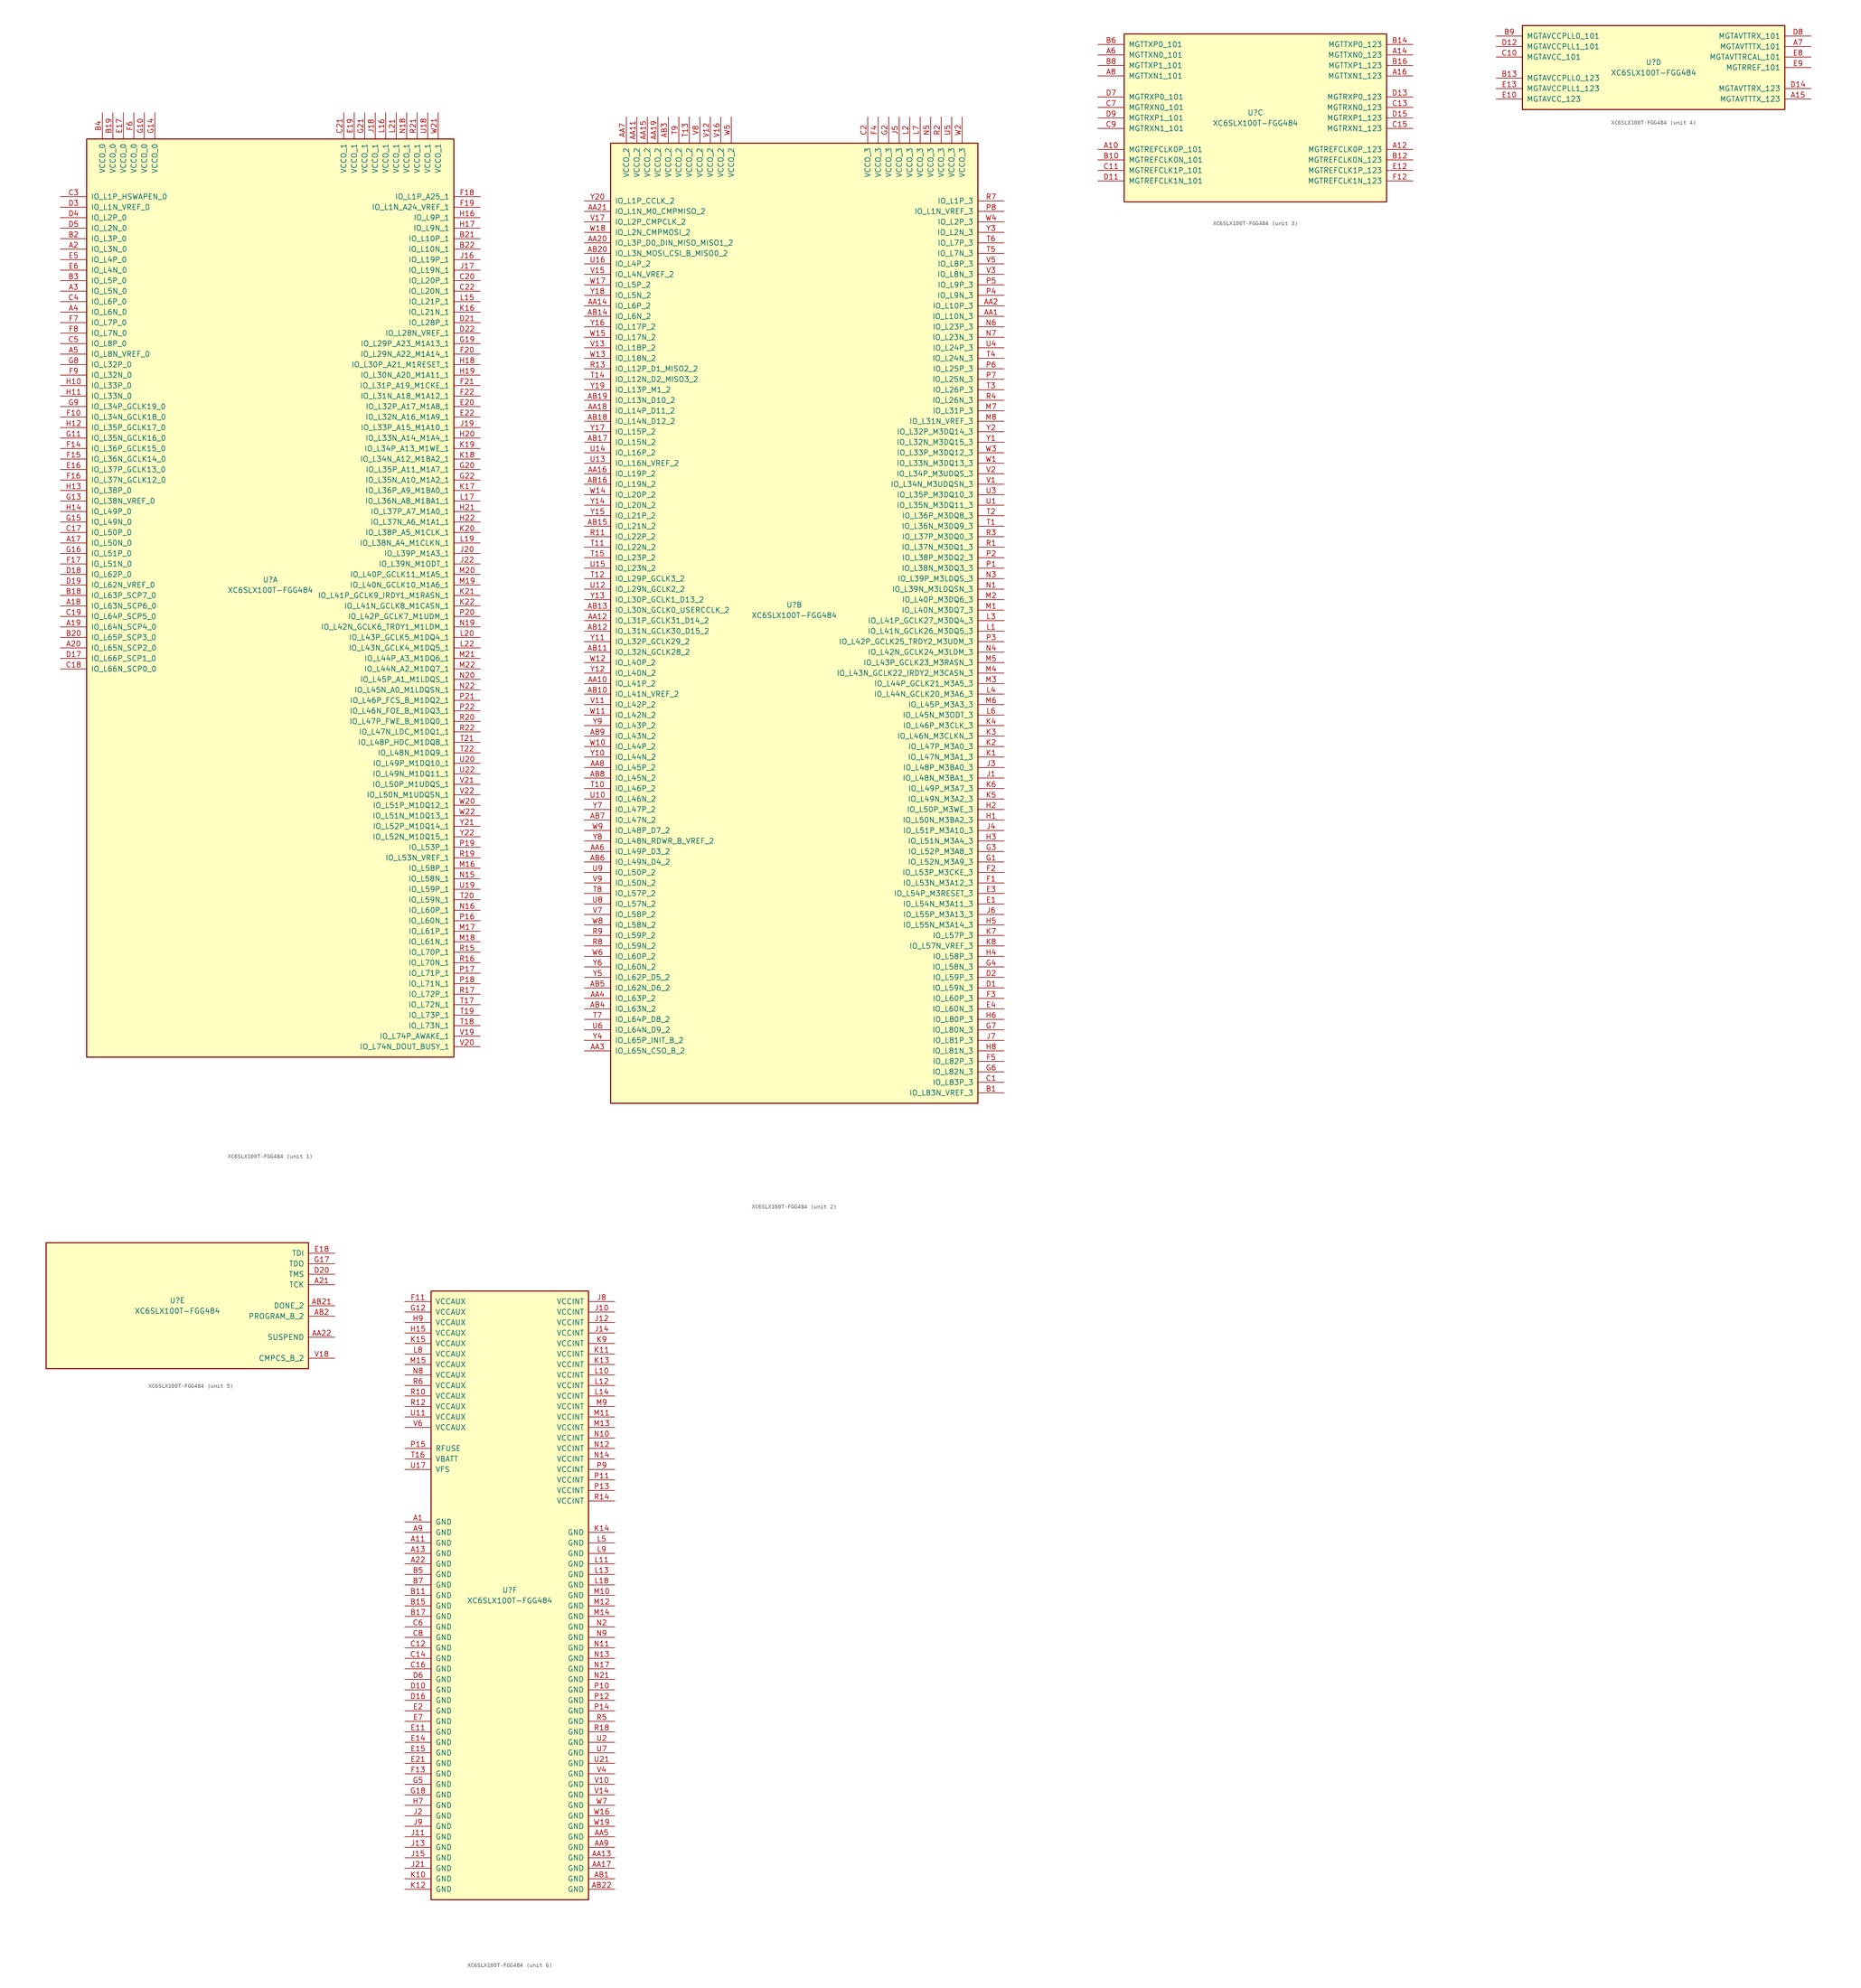
<source format=kicad_sym>
(kicad_symbol_lib
  (version 20201005)
  (generator kicad_symbol_editor)
  (symbol "XC6SLX100T-FGG484"
    (pin_names
      (offset 1.016))
    (property "Reference" "U"
      (at 0 1.27 0)
      (effects (font (size 1.27 1.27))))
    (property "Value" "XC6SLX100T-FGG484"
      (at 0 -1.27 0)
      (effects (font (size 1.27 1.27))))
    (property "Datasheet" ""
      (at 0 0 0)
      (effects (font (size 1.27 1.27))))
    (property "ki_locked" ""
      (at 0 0 0)
      (effects (font (size 1.27 1.27))))
    (symbol "XC6SLX100T-FGG484_1_1"
      (rectangle (start -44.45 107.95) (end 44.45 -114.3) (stroke (width 0.254)) (fill (type background)))
      (pin bidirectional line (at -50.8 10.16 0) (length 6.35) (name "IO_L50N_0" (effects (font (size 1.27 1.27)))) (number "A17" (effects (font (size 1.27 1.27)))))
      (pin bidirectional line (at -50.8 -5.08 0) (length 6.35) (name "IO_L63N_SCP6_0" (effects (font (size 1.27 1.27)))) (number "A18" (effects (font (size 1.27 1.27)))))
      (pin bidirectional line (at -50.8 -10.16 0) (length 6.35) (name "IO_L64N_SCP4_0" (effects (font (size 1.27 1.27)))) (number "A19" (effects (font (size 1.27 1.27)))))
      (pin bidirectional line (at -50.8 81.28 0) (length 6.35) (name "IO_L3N_0" (effects (font (size 1.27 1.27)))) (number "A2" (effects (font (size 1.27 1.27)))))
      (pin bidirectional line (at -50.8 -15.24 0) (length 6.35) (name "IO_L65N_SCP2_0" (effects (font (size 1.27 1.27)))) (number "A20" (effects (font (size 1.27 1.27)))))
      (pin bidirectional line (at -50.8 71.12 0) (length 6.35) (name "IO_L5N_0" (effects (font (size 1.27 1.27)))) (number "A3" (effects (font (size 1.27 1.27)))))
      (pin bidirectional line (at -50.8 66.04 0) (length 6.35) (name "IO_L6N_0" (effects (font (size 1.27 1.27)))) (number "A4" (effects (font (size 1.27 1.27)))))
      (pin bidirectional line (at -50.8 55.88 0) (length 6.35) (name "IO_L8N_VREF_0" (effects (font (size 1.27 1.27)))) (number "A5" (effects (font (size 1.27 1.27)))))
      (pin bidirectional line (at -50.8 -2.54 0) (length 6.35) (name "IO_L63P_SCP7_0" (effects (font (size 1.27 1.27)))) (number "B18" (effects (font (size 1.27 1.27)))))
      (pin power_in line (at -38.1 114.3 270) (length 6.35) (name "VCCO_0" (effects (font (size 1.27 1.27)))) (number "B19" (effects (font (size 1.27 1.27)))))
      (pin bidirectional line (at -50.8 83.82 0) (length 6.35) (name "IO_L3P_0" (effects (font (size 1.27 1.27)))) (number "B2" (effects (font (size 1.27 1.27)))))
      (pin bidirectional line (at -50.8 -12.7 0) (length 6.35) (name "IO_L65P_SCP3_0" (effects (font (size 1.27 1.27)))) (number "B20" (effects (font (size 1.27 1.27)))))
      (pin bidirectional line (at 50.8 83.82 180) (length 6.35) (name "IO_L10P_1" (effects (font (size 1.27 1.27)))) (number "B21" (effects (font (size 1.27 1.27)))))
      (pin bidirectional line (at 50.8 81.28 180) (length 6.35) (name "IO_L10N_1" (effects (font (size 1.27 1.27)))) (number "B22" (effects (font (size 1.27 1.27)))))
      (pin bidirectional line (at -50.8 73.66 0) (length 6.35) (name "IO_L5P_0" (effects (font (size 1.27 1.27)))) (number "B3" (effects (font (size 1.27 1.27)))))
      (pin power_in line (at -40.64 114.3 270) (length 6.35) (name "VCCO_0" (effects (font (size 1.27 1.27)))) (number "B4" (effects (font (size 1.27 1.27)))))
      (pin bidirectional line (at -50.8 12.7 0) (length 6.35) (name "IO_L50P_0" (effects (font (size 1.27 1.27)))) (number "C17" (effects (font (size 1.27 1.27)))))
      (pin bidirectional line (at -50.8 -20.32 0) (length 6.35) (name "IO_L66N_SCP0_0" (effects (font (size 1.27 1.27)))) (number "C18" (effects (font (size 1.27 1.27)))))
      (pin bidirectional line (at -50.8 -7.62 0) (length 6.35) (name "IO_L64P_SCP5_0" (effects (font (size 1.27 1.27)))) (number "C19" (effects (font (size 1.27 1.27)))))
      (pin bidirectional line (at 50.8 73.66 180) (length 6.35) (name "IO_L20P_1" (effects (font (size 1.27 1.27)))) (number "C20" (effects (font (size 1.27 1.27)))))
      (pin power_in line (at 17.78 114.3 270) (length 6.35) (name "VCCO_1" (effects (font (size 1.27 1.27)))) (number "C21" (effects (font (size 1.27 1.27)))))
      (pin bidirectional line (at 50.8 71.12 180) (length 6.35) (name "IO_L20N_1" (effects (font (size 1.27 1.27)))) (number "C22" (effects (font (size 1.27 1.27)))))
      (pin bidirectional line (at -50.8 93.98 0) (length 6.35) (name "IO_L1P_HSWAPEN_0" (effects (font (size 1.27 1.27)))) (number "C3" (effects (font (size 1.27 1.27)))))
      (pin bidirectional line (at -50.8 68.58 0) (length 6.35) (name "IO_L6P_0" (effects (font (size 1.27 1.27)))) (number "C4" (effects (font (size 1.27 1.27)))))
      (pin bidirectional line (at -50.8 58.42 0) (length 6.35) (name "IO_L8P_0" (effects (font (size 1.27 1.27)))) (number "C5" (effects (font (size 1.27 1.27)))))
      (pin bidirectional line (at -50.8 -17.78 0) (length 6.35) (name "IO_L66P_SCP1_0" (effects (font (size 1.27 1.27)))) (number "D17" (effects (font (size 1.27 1.27)))))
      (pin bidirectional line (at -50.8 2.54 0) (length 6.35) (name "IO_L62P_0" (effects (font (size 1.27 1.27)))) (number "D18" (effects (font (size 1.27 1.27)))))
      (pin bidirectional line (at -50.8 0 0) (length 6.35) (name "IO_L62N_VREF_0" (effects (font (size 1.27 1.27)))) (number "D19" (effects (font (size 1.27 1.27)))))
      (pin bidirectional line (at 50.8 63.5 180) (length 6.35) (name "IO_L28P_1" (effects (font (size 1.27 1.27)))) (number "D21" (effects (font (size 1.27 1.27)))))
      (pin bidirectional line (at 50.8 60.96 180) (length 6.35) (name "IO_L28N_VREF_1" (effects (font (size 1.27 1.27)))) (number "D22" (effects (font (size 1.27 1.27)))))
      (pin bidirectional line (at -50.8 91.44 0) (length 6.35) (name "IO_L1N_VREF_0" (effects (font (size 1.27 1.27)))) (number "D3" (effects (font (size 1.27 1.27)))))
      (pin bidirectional line (at -50.8 88.9 0) (length 6.35) (name "IO_L2P_0" (effects (font (size 1.27 1.27)))) (number "D4" (effects (font (size 1.27 1.27)))))
      (pin bidirectional line (at -50.8 86.36 0) (length 6.35) (name "IO_L2N_0" (effects (font (size 1.27 1.27)))) (number "D5" (effects (font (size 1.27 1.27)))))
      (pin bidirectional line (at -50.8 27.94 0) (length 6.35) (name "IO_L37P_GCLK13_0" (effects (font (size 1.27 1.27)))) (number "E16" (effects (font (size 1.27 1.27)))))
      (pin power_in line (at -35.56 114.3 270) (length 6.35) (name "VCCO_0" (effects (font (size 1.27 1.27)))) (number "E17" (effects (font (size 1.27 1.27)))))
      (pin power_in line (at 20.32 114.3 270) (length 6.35) (name "VCCO_1" (effects (font (size 1.27 1.27)))) (number "E19" (effects (font (size 1.27 1.27)))))
      (pin bidirectional line (at 50.8 43.18 180) (length 6.35) (name "IO_L32P_A17_M1A8_1" (effects (font (size 1.27 1.27)))) (number "E20" (effects (font (size 1.27 1.27)))))
      (pin bidirectional line (at 50.8 40.64 180) (length 6.35) (name "IO_L32N_A16_M1A9_1" (effects (font (size 1.27 1.27)))) (number "E22" (effects (font (size 1.27 1.27)))))
      (pin bidirectional line (at -50.8 78.74 0) (length 6.35) (name "IO_L4P_0" (effects (font (size 1.27 1.27)))) (number "E5" (effects (font (size 1.27 1.27)))))
      (pin bidirectional line (at -50.8 76.2 0) (length 6.35) (name "IO_L4N_0" (effects (font (size 1.27 1.27)))) (number "E6" (effects (font (size 1.27 1.27)))))
      (pin bidirectional line (at -50.8 40.64 0) (length 6.35) (name "IO_L34N_GCLK18_0" (effects (font (size 1.27 1.27)))) (number "F10" (effects (font (size 1.27 1.27)))))
      (pin bidirectional line (at -50.8 33.02 0) (length 6.35) (name "IO_L36P_GCLK15_0" (effects (font (size 1.27 1.27)))) (number "F14" (effects (font (size 1.27 1.27)))))
      (pin bidirectional line (at -50.8 30.48 0) (length 6.35) (name "IO_L36N_GCLK14_0" (effects (font (size 1.27 1.27)))) (number "F15" (effects (font (size 1.27 1.27)))))
      (pin bidirectional line (at -50.8 25.4 0) (length 6.35) (name "IO_L37N_GCLK12_0" (effects (font (size 1.27 1.27)))) (number "F16" (effects (font (size 1.27 1.27)))))
      (pin bidirectional line (at -50.8 5.08 0) (length 6.35) (name "IO_L51N_0" (effects (font (size 1.27 1.27)))) (number "F17" (effects (font (size 1.27 1.27)))))
      (pin bidirectional line (at 50.8 93.98 180) (length 6.35) (name "IO_L1P_A25_1" (effects (font (size 1.27 1.27)))) (number "F18" (effects (font (size 1.27 1.27)))))
      (pin bidirectional line (at 50.8 91.44 180) (length 6.35) (name "IO_L1N_A24_VREF_1" (effects (font (size 1.27 1.27)))) (number "F19" (effects (font (size 1.27 1.27)))))
      (pin bidirectional line (at 50.8 55.88 180) (length 6.35) (name "IO_L29N_A22_M1A14_1" (effects (font (size 1.27 1.27)))) (number "F20" (effects (font (size 1.27 1.27)))))
      (pin bidirectional line (at 50.8 48.26 180) (length 6.35) (name "IO_L31P_A19_M1CKE_1" (effects (font (size 1.27 1.27)))) (number "F21" (effects (font (size 1.27 1.27)))))
      (pin bidirectional line (at 50.8 45.72 180) (length 6.35) (name "IO_L31N_A18_M1A12_1" (effects (font (size 1.27 1.27)))) (number "F22" (effects (font (size 1.27 1.27)))))
      (pin power_in line (at -33.02 114.3 270) (length 6.35) (name "VCCO_0" (effects (font (size 1.27 1.27)))) (number "F6" (effects (font (size 1.27 1.27)))))
      (pin bidirectional line (at -50.8 63.5 0) (length 6.35) (name "IO_L7P_0" (effects (font (size 1.27 1.27)))) (number "F7" (effects (font (size 1.27 1.27)))))
      (pin bidirectional line (at -50.8 60.96 0) (length 6.35) (name "IO_L7N_0" (effects (font (size 1.27 1.27)))) (number "F8" (effects (font (size 1.27 1.27)))))
      (pin bidirectional line (at -50.8 50.8 0) (length 6.35) (name "IO_L32N_0" (effects (font (size 1.27 1.27)))) (number "F9" (effects (font (size 1.27 1.27)))))
      (pin power_in line (at -30.48 114.3 270) (length 6.35) (name "VCCO_0" (effects (font (size 1.27 1.27)))) (number "G10" (effects (font (size 1.27 1.27)))))
      (pin bidirectional line (at -50.8 35.56 0) (length 6.35) (name "IO_L35N_GCLK16_0" (effects (font (size 1.27 1.27)))) (number "G11" (effects (font (size 1.27 1.27)))))
      (pin bidirectional line (at -50.8 20.32 0) (length 6.35) (name "IO_L38N_VREF_0" (effects (font (size 1.27 1.27)))) (number "G13" (effects (font (size 1.27 1.27)))))
      (pin power_in line (at -27.94 114.3 270) (length 6.35) (name "VCCO_0" (effects (font (size 1.27 1.27)))) (number "G14" (effects (font (size 1.27 1.27)))))
      (pin bidirectional line (at -50.8 15.24 0) (length 6.35) (name "IO_L49N_0" (effects (font (size 1.27 1.27)))) (number "G15" (effects (font (size 1.27 1.27)))))
      (pin bidirectional line (at -50.8 7.62 0) (length 6.35) (name "IO_L51P_0" (effects (font (size 1.27 1.27)))) (number "G16" (effects (font (size 1.27 1.27)))))
      (pin bidirectional line (at 50.8 58.42 180) (length 6.35) (name "IO_L29P_A23_M1A13_1" (effects (font (size 1.27 1.27)))) (number "G19" (effects (font (size 1.27 1.27)))))
      (pin bidirectional line (at 50.8 27.94 180) (length 6.35) (name "IO_L35P_A11_M1A7_1" (effects (font (size 1.27 1.27)))) (number "G20" (effects (font (size 1.27 1.27)))))
      (pin power_in line (at 22.86 114.3 270) (length 6.35) (name "VCCO_1" (effects (font (size 1.27 1.27)))) (number "G21" (effects (font (size 1.27 1.27)))))
      (pin bidirectional line (at 50.8 25.4 180) (length 6.35) (name "IO_L35N_A10_M1A2_1" (effects (font (size 1.27 1.27)))) (number "G22" (effects (font (size 1.27 1.27)))))
      (pin bidirectional line (at -50.8 53.34 0) (length 6.35) (name "IO_L32P_0" (effects (font (size 1.27 1.27)))) (number "G8" (effects (font (size 1.27 1.27)))))
      (pin bidirectional line (at -50.8 43.18 0) (length 6.35) (name "IO_L34P_GCLK19_0" (effects (font (size 1.27 1.27)))) (number "G9" (effects (font (size 1.27 1.27)))))
      (pin bidirectional line (at -50.8 48.26 0) (length 6.35) (name "IO_L33P_0" (effects (font (size 1.27 1.27)))) (number "H10" (effects (font (size 1.27 1.27)))))
      (pin bidirectional line (at -50.8 45.72 0) (length 6.35) (name "IO_L33N_0" (effects (font (size 1.27 1.27)))) (number "H11" (effects (font (size 1.27 1.27)))))
      (pin bidirectional line (at -50.8 38.1 0) (length 6.35) (name "IO_L35P_GCLK17_0" (effects (font (size 1.27 1.27)))) (number "H12" (effects (font (size 1.27 1.27)))))
      (pin bidirectional line (at -50.8 22.86 0) (length 6.35) (name "IO_L38P_0" (effects (font (size 1.27 1.27)))) (number "H13" (effects (font (size 1.27 1.27)))))
      (pin bidirectional line (at -50.8 17.78 0) (length 6.35) (name "IO_L49P_0" (effects (font (size 1.27 1.27)))) (number "H14" (effects (font (size 1.27 1.27)))))
      (pin bidirectional line (at 50.8 88.9 180) (length 6.35) (name "IO_L9P_1" (effects (font (size 1.27 1.27)))) (number "H16" (effects (font (size 1.27 1.27)))))
      (pin bidirectional line (at 50.8 86.36 180) (length 6.35) (name "IO_L9N_1" (effects (font (size 1.27 1.27)))) (number "H17" (effects (font (size 1.27 1.27)))))
      (pin bidirectional line (at 50.8 53.34 180) (length 6.35) (name "IO_L30P_A21_M1RESET_1" (effects (font (size 1.27 1.27)))) (number "H18" (effects (font (size 1.27 1.27)))))
      (pin bidirectional line (at 50.8 50.8 180) (length 6.35) (name "IO_L30N_A20_M1A11_1" (effects (font (size 1.27 1.27)))) (number "H19" (effects (font (size 1.27 1.27)))))
      (pin bidirectional line (at 50.8 35.56 180) (length 6.35) (name "IO_L33N_A14_M1A4_1" (effects (font (size 1.27 1.27)))) (number "H20" (effects (font (size 1.27 1.27)))))
      (pin bidirectional line (at 50.8 17.78 180) (length 6.35) (name "IO_L37P_A7_M1A0_1" (effects (font (size 1.27 1.27)))) (number "H21" (effects (font (size 1.27 1.27)))))
      (pin bidirectional line (at 50.8 15.24 180) (length 6.35) (name "IO_L37N_A6_M1A1_1" (effects (font (size 1.27 1.27)))) (number "H22" (effects (font (size 1.27 1.27)))))
      (pin bidirectional line (at 50.8 78.74 180) (length 6.35) (name "IO_L19P_1" (effects (font (size 1.27 1.27)))) (number "J16" (effects (font (size 1.27 1.27)))))
      (pin bidirectional line (at 50.8 76.2 180) (length 6.35) (name "IO_L19N_1" (effects (font (size 1.27 1.27)))) (number "J17" (effects (font (size 1.27 1.27)))))
      (pin power_in line (at 25.4 114.3 270) (length 6.35) (name "VCCO_1" (effects (font (size 1.27 1.27)))) (number "J18" (effects (font (size 1.27 1.27)))))
      (pin bidirectional line (at 50.8 38.1 180) (length 6.35) (name "IO_L33P_A15_M1A10_1" (effects (font (size 1.27 1.27)))) (number "J19" (effects (font (size 1.27 1.27)))))
      (pin bidirectional line (at 50.8 7.62 180) (length 6.35) (name "IO_L39P_M1A3_1" (effects (font (size 1.27 1.27)))) (number "J20" (effects (font (size 1.27 1.27)))))
      (pin bidirectional line (at 50.8 5.08 180) (length 6.35) (name "IO_L39N_M1ODT_1" (effects (font (size 1.27 1.27)))) (number "J22" (effects (font (size 1.27 1.27)))))
      (pin bidirectional line (at 50.8 66.04 180) (length 6.35) (name "IO_L21N_1" (effects (font (size 1.27 1.27)))) (number "K16" (effects (font (size 1.27 1.27)))))
      (pin bidirectional line (at 50.8 22.86 180) (length 6.35) (name "IO_L36P_A9_M1BA0_1" (effects (font (size 1.27 1.27)))) (number "K17" (effects (font (size 1.27 1.27)))))
      (pin bidirectional line (at 50.8 30.48 180) (length 6.35) (name "IO_L34N_A12_M1BA2_1" (effects (font (size 1.27 1.27)))) (number "K18" (effects (font (size 1.27 1.27)))))
      (pin bidirectional line (at 50.8 33.02 180) (length 6.35) (name "IO_L34P_A13_M1WE_1" (effects (font (size 1.27 1.27)))) (number "K19" (effects (font (size 1.27 1.27)))))
      (pin bidirectional line (at 50.8 12.7 180) (length 6.35) (name "IO_L38P_A5_M1CLK_1" (effects (font (size 1.27 1.27)))) (number "K20" (effects (font (size 1.27 1.27)))))
      (pin bidirectional line (at 50.8 -2.54 180) (length 6.35) (name "IO_L41P_GCLK9_IRDY1_M1RASN_1" (effects (font (size 1.27 1.27)))) (number "K21" (effects (font (size 1.27 1.27)))))
      (pin bidirectional line (at 50.8 -5.08 180) (length 6.35) (name "IO_L41N_GCLK8_M1CASN_1" (effects (font (size 1.27 1.27)))) (number "K22" (effects (font (size 1.27 1.27)))))
      (pin bidirectional line (at 50.8 68.58 180) (length 6.35) (name "IO_L21P_1" (effects (font (size 1.27 1.27)))) (number "L15" (effects (font (size 1.27 1.27)))))
      (pin power_in line (at 27.94 114.3 270) (length 6.35) (name "VCCO_1" (effects (font (size 1.27 1.27)))) (number "L16" (effects (font (size 1.27 1.27)))))
      (pin bidirectional line (at 50.8 20.32 180) (length 6.35) (name "IO_L36N_A8_M1BA1_1" (effects (font (size 1.27 1.27)))) (number "L17" (effects (font (size 1.27 1.27)))))
      (pin bidirectional line (at 50.8 10.16 180) (length 6.35) (name "IO_L38N_A4_M1CLKN_1" (effects (font (size 1.27 1.27)))) (number "L19" (effects (font (size 1.27 1.27)))))
      (pin bidirectional line (at 50.8 -12.7 180) (length 6.35) (name "IO_L43P_GCLK5_M1DQ4_1" (effects (font (size 1.27 1.27)))) (number "L20" (effects (font (size 1.27 1.27)))))
      (pin power_in line (at 30.48 114.3 270) (length 6.35) (name "VCCO_1" (effects (font (size 1.27 1.27)))) (number "L21" (effects (font (size 1.27 1.27)))))
      (pin bidirectional line (at 50.8 -15.24 180) (length 6.35) (name "IO_L43N_GCLK4_M1DQ5_1" (effects (font (size 1.27 1.27)))) (number "L22" (effects (font (size 1.27 1.27)))))
      (pin bidirectional line (at 50.8 -68.58 180) (length 6.35) (name "IO_L58P_1" (effects (font (size 1.27 1.27)))) (number "M16" (effects (font (size 1.27 1.27)))))
      (pin bidirectional line (at 50.8 -83.82 180) (length 6.35) (name "IO_L61P_1" (effects (font (size 1.27 1.27)))) (number "M17" (effects (font (size 1.27 1.27)))))
      (pin bidirectional line (at 50.8 -86.36 180) (length 6.35) (name "IO_L61N_1" (effects (font (size 1.27 1.27)))) (number "M18" (effects (font (size 1.27 1.27)))))
      (pin bidirectional line (at 50.8 0 180) (length 6.35) (name "IO_L40N_GCLK10_M1A6_1" (effects (font (size 1.27 1.27)))) (number "M19" (effects (font (size 1.27 1.27)))))
      (pin bidirectional line (at 50.8 2.54 180) (length 6.35) (name "IO_L40P_GCLK11_M1A5_1" (effects (font (size 1.27 1.27)))) (number "M20" (effects (font (size 1.27 1.27)))))
      (pin bidirectional line (at 50.8 -17.78 180) (length 6.35) (name "IO_L44P_A3_M1DQ6_1" (effects (font (size 1.27 1.27)))) (number "M21" (effects (font (size 1.27 1.27)))))
      (pin bidirectional line (at 50.8 -20.32 180) (length 6.35) (name "IO_L44N_A2_M1DQ7_1" (effects (font (size 1.27 1.27)))) (number "M22" (effects (font (size 1.27 1.27)))))
      (pin bidirectional line (at 50.8 -71.12 180) (length 6.35) (name "IO_L58N_1" (effects (font (size 1.27 1.27)))) (number "N15" (effects (font (size 1.27 1.27)))))
      (pin bidirectional line (at 50.8 -78.74 180) (length 6.35) (name "IO_L60P_1" (effects (font (size 1.27 1.27)))) (number "N16" (effects (font (size 1.27 1.27)))))
      (pin power_in line (at 33.02 114.3 270) (length 6.35) (name "VCCO_1" (effects (font (size 1.27 1.27)))) (number "N18" (effects (font (size 1.27 1.27)))))
      (pin bidirectional line (at 50.8 -10.16 180) (length 6.35) (name "IO_L42N_GCLK6_TRDY1_M1LDM_1" (effects (font (size 1.27 1.27)))) (number "N19" (effects (font (size 1.27 1.27)))))
      (pin bidirectional line (at 50.8 -22.86 180) (length 6.35) (name "IO_L45P_A1_M1LDQS_1" (effects (font (size 1.27 1.27)))) (number "N20" (effects (font (size 1.27 1.27)))))
      (pin bidirectional line (at 50.8 -25.4 180) (length 6.35) (name "IO_L45N_A0_M1LDQSN_1" (effects (font (size 1.27 1.27)))) (number "N22" (effects (font (size 1.27 1.27)))))
      (pin bidirectional line (at 50.8 -81.28 180) (length 6.35) (name "IO_L60N_1" (effects (font (size 1.27 1.27)))) (number "P16" (effects (font (size 1.27 1.27)))))
      (pin bidirectional line (at 50.8 -93.98 180) (length 6.35) (name "IO_L71P_1" (effects (font (size 1.27 1.27)))) (number "P17" (effects (font (size 1.27 1.27)))))
      (pin bidirectional line (at 50.8 -96.52 180) (length 6.35) (name "IO_L71N_1" (effects (font (size 1.27 1.27)))) (number "P18" (effects (font (size 1.27 1.27)))))
      (pin bidirectional line (at 50.8 -63.5 180) (length 6.35) (name "IO_L53P_1" (effects (font (size 1.27 1.27)))) (number "P19" (effects (font (size 1.27 1.27)))))
      (pin bidirectional line (at 50.8 -7.62 180) (length 6.35) (name "IO_L42P_GCLK7_M1UDM_1" (effects (font (size 1.27 1.27)))) (number "P20" (effects (font (size 1.27 1.27)))))
      (pin bidirectional line (at 50.8 -27.94 180) (length 6.35) (name "IO_L46P_FCS_B_M1DQ2_1" (effects (font (size 1.27 1.27)))) (number "P21" (effects (font (size 1.27 1.27)))))
      (pin bidirectional line (at 50.8 -30.48 180) (length 6.35) (name "IO_L46N_FOE_B_M1DQ3_1" (effects (font (size 1.27 1.27)))) (number "P22" (effects (font (size 1.27 1.27)))))
      (pin bidirectional line (at 50.8 -88.9 180) (length 6.35) (name "IO_L70P_1" (effects (font (size 1.27 1.27)))) (number "R15" (effects (font (size 1.27 1.27)))))
      (pin bidirectional line (at 50.8 -91.44 180) (length 6.35) (name "IO_L70N_1" (effects (font (size 1.27 1.27)))) (number "R16" (effects (font (size 1.27 1.27)))))
      (pin bidirectional line (at 50.8 -99.06 180) (length 6.35) (name "IO_L72P_1" (effects (font (size 1.27 1.27)))) (number "R17" (effects (font (size 1.27 1.27)))))
      (pin bidirectional line (at 50.8 -66.04 180) (length 6.35) (name "IO_L53N_VREF_1" (effects (font (size 1.27 1.27)))) (number "R19" (effects (font (size 1.27 1.27)))))
      (pin bidirectional line (at 50.8 -33.02 180) (length 6.35) (name "IO_L47P_FWE_B_M1DQ0_1" (effects (font (size 1.27 1.27)))) (number "R20" (effects (font (size 1.27 1.27)))))
      (pin power_in line (at 35.56 114.3 270) (length 6.35) (name "VCCO_1" (effects (font (size 1.27 1.27)))) (number "R21" (effects (font (size 1.27 1.27)))))
      (pin bidirectional line (at 50.8 -35.56 180) (length 6.35) (name "IO_L47N_LDC_M1DQ1_1" (effects (font (size 1.27 1.27)))) (number "R22" (effects (font (size 1.27 1.27)))))
      (pin bidirectional line (at 50.8 -101.6 180) (length 6.35) (name "IO_L72N_1" (effects (font (size 1.27 1.27)))) (number "T17" (effects (font (size 1.27 1.27)))))
      (pin bidirectional line (at 50.8 -106.68 180) (length 6.35) (name "IO_L73N_1" (effects (font (size 1.27 1.27)))) (number "T18" (effects (font (size 1.27 1.27)))))
      (pin bidirectional line (at 50.8 -104.14 180) (length 6.35) (name "IO_L73P_1" (effects (font (size 1.27 1.27)))) (number "T19" (effects (font (size 1.27 1.27)))))
      (pin bidirectional line (at 50.8 -76.2 180) (length 6.35) (name "IO_L59N_1" (effects (font (size 1.27 1.27)))) (number "T20" (effects (font (size 1.27 1.27)))))
      (pin bidirectional line (at 50.8 -38.1 180) (length 6.35) (name "IO_L48P_HDC_M1DQ8_1" (effects (font (size 1.27 1.27)))) (number "T21" (effects (font (size 1.27 1.27)))))
      (pin bidirectional line (at 50.8 -40.64 180) (length 6.35) (name "IO_L48N_M1DQ9_1" (effects (font (size 1.27 1.27)))) (number "T22" (effects (font (size 1.27 1.27)))))
      (pin power_in line (at 38.1 114.3 270) (length 6.35) (name "VCCO_1" (effects (font (size 1.27 1.27)))) (number "U18" (effects (font (size 1.27 1.27)))))
      (pin bidirectional line (at 50.8 -73.66 180) (length 6.35) (name "IO_L59P_1" (effects (font (size 1.27 1.27)))) (number "U19" (effects (font (size 1.27 1.27)))))
      (pin bidirectional line (at 50.8 -43.18 180) (length 6.35) (name "IO_L49P_M1DQ10_1" (effects (font (size 1.27 1.27)))) (number "U20" (effects (font (size 1.27 1.27)))))
      (pin bidirectional line (at 50.8 -45.72 180) (length 6.35) (name "IO_L49N_M1DQ11_1" (effects (font (size 1.27 1.27)))) (number "U22" (effects (font (size 1.27 1.27)))))
      (pin bidirectional line (at 50.8 -109.22 180) (length 6.35) (name "IO_L74P_AWAKE_1" (effects (font (size 1.27 1.27)))) (number "V19" (effects (font (size 1.27 1.27)))))
      (pin bidirectional line (at 50.8 -111.76 180) (length 6.35) (name "IO_L74N_DOUT_BUSY_1" (effects (font (size 1.27 1.27)))) (number "V20" (effects (font (size 1.27 1.27)))))
      (pin bidirectional line (at 50.8 -48.26 180) (length 6.35) (name "IO_L50P_M1UDQS_1" (effects (font (size 1.27 1.27)))) (number "V21" (effects (font (size 1.27 1.27)))))
      (pin bidirectional line (at 50.8 -50.8 180) (length 6.35) (name "IO_L50N_M1UDQSN_1" (effects (font (size 1.27 1.27)))) (number "V22" (effects (font (size 1.27 1.27)))))
      (pin bidirectional line (at 50.8 -53.34 180) (length 6.35) (name "IO_L51P_M1DQ12_1" (effects (font (size 1.27 1.27)))) (number "W20" (effects (font (size 1.27 1.27)))))
      (pin power_in line (at 40.64 114.3 270) (length 6.35) (name "VCCO_1" (effects (font (size 1.27 1.27)))) (number "W21" (effects (font (size 1.27 1.27)))))
      (pin bidirectional line (at 50.8 -55.88 180) (length 6.35) (name "IO_L51N_M1DQ13_1" (effects (font (size 1.27 1.27)))) (number "W22" (effects (font (size 1.27 1.27)))))
      (pin bidirectional line (at 50.8 -58.42 180) (length 6.35) (name "IO_L52P_M1DQ14_1" (effects (font (size 1.27 1.27)))) (number "Y21" (effects (font (size 1.27 1.27)))))
      (pin bidirectional line (at 50.8 -60.96 180) (length 6.35) (name "IO_L52N_M1DQ15_1" (effects (font (size 1.27 1.27)))) (number "Y22" (effects (font (size 1.27 1.27))))))
    (symbol "XC6SLX100T-FGG484_2_1"
      (rectangle (start -44.45 113.03) (end 44.45 -119.38) (stroke (width 0.254)) (fill (type background)))
      (pin bidirectional line (at 50.8 71.12 180) (length 6.35) (name "IO_L10N_3" (effects (font (size 1.27 1.27)))) (number "AA1" (effects (font (size 1.27 1.27)))))
      (pin bidirectional line (at -50.8 -17.78 0) (length 6.35) (name "IO_L41P_2" (effects (font (size 1.27 1.27)))) (number "AA10" (effects (font (size 1.27 1.27)))))
      (pin power_in line (at -38.1 119.38 270) (length 6.35) (name "VCCO_2" (effects (font (size 1.27 1.27)))) (number "AA11" (effects (font (size 1.27 1.27)))))
      (pin bidirectional line (at -50.8 -2.54 0) (length 6.35) (name "IO_L31P_GCLK31_D14_2" (effects (font (size 1.27 1.27)))) (number "AA12" (effects (font (size 1.27 1.27)))))
      (pin bidirectional line (at -50.8 73.66 0) (length 6.35) (name "IO_L6P_2" (effects (font (size 1.27 1.27)))) (number "AA14" (effects (font (size 1.27 1.27)))))
      (pin power_in line (at -35.56 119.38 270) (length 6.35) (name "VCCO_2" (effects (font (size 1.27 1.27)))) (number "AA15" (effects (font (size 1.27 1.27)))))
      (pin bidirectional line (at -50.8 33.02 0) (length 6.35) (name "IO_L19P_2" (effects (font (size 1.27 1.27)))) (number "AA16" (effects (font (size 1.27 1.27)))))
      (pin bidirectional line (at -50.8 48.26 0) (length 6.35) (name "IO_L14P_D11_2" (effects (font (size 1.27 1.27)))) (number "AA18" (effects (font (size 1.27 1.27)))))
      (pin power_in line (at -33.02 119.38 270) (length 6.35) (name "VCCO_2" (effects (font (size 1.27 1.27)))) (number "AA19" (effects (font (size 1.27 1.27)))))
      (pin bidirectional line (at 50.8 73.66 180) (length 6.35) (name "IO_L10P_3" (effects (font (size 1.27 1.27)))) (number "AA2" (effects (font (size 1.27 1.27)))))
      (pin bidirectional line (at -50.8 88.9 0) (length 6.35) (name "IO_L3P_D0_DIN_MISO_MISO1_2" (effects (font (size 1.27 1.27)))) (number "AA20" (effects (font (size 1.27 1.27)))))
      (pin bidirectional line (at -50.8 96.52 0) (length 6.35) (name "IO_L1N_M0_CMPMISO_2" (effects (font (size 1.27 1.27)))) (number "AA21" (effects (font (size 1.27 1.27)))))
      (pin bidirectional line (at -50.8 -106.68 0) (length 6.35) (name "IO_L65N_CSO_B_2" (effects (font (size 1.27 1.27)))) (number "AA3" (effects (font (size 1.27 1.27)))))
      (pin bidirectional line (at -50.8 -93.98 0) (length 6.35) (name "IO_L63P_2" (effects (font (size 1.27 1.27)))) (number "AA4" (effects (font (size 1.27 1.27)))))
      (pin bidirectional line (at -50.8 -58.42 0) (length 6.35) (name "IO_L49P_D3_2" (effects (font (size 1.27 1.27)))) (number "AA6" (effects (font (size 1.27 1.27)))))
      (pin power_in line (at -40.64 119.38 270) (length 6.35) (name "VCCO_2" (effects (font (size 1.27 1.27)))) (number "AA7" (effects (font (size 1.27 1.27)))))
      (pin bidirectional line (at -50.8 -38.1 0) (length 6.35) (name "IO_L45P_2" (effects (font (size 1.27 1.27)))) (number "AA8" (effects (font (size 1.27 1.27)))))
      (pin bidirectional line (at -50.8 -20.32 0) (length 6.35) (name "IO_L41N_VREF_2" (effects (font (size 1.27 1.27)))) (number "AB10" (effects (font (size 1.27 1.27)))))
      (pin bidirectional line (at -50.8 -10.16 0) (length 6.35) (name "IO_L32N_GCLK28_2" (effects (font (size 1.27 1.27)))) (number "AB11" (effects (font (size 1.27 1.27)))))
      (pin bidirectional line (at -50.8 -5.08 0) (length 6.35) (name "IO_L31N_GCLK30_D15_2" (effects (font (size 1.27 1.27)))) (number "AB12" (effects (font (size 1.27 1.27)))))
      (pin bidirectional line (at -50.8 0 0) (length 6.35) (name "IO_L30N_GCLK0_USERCCLK_2" (effects (font (size 1.27 1.27)))) (number "AB13" (effects (font (size 1.27 1.27)))))
      (pin bidirectional line (at -50.8 71.12 0) (length 6.35) (name "IO_L6N_2" (effects (font (size 1.27 1.27)))) (number "AB14" (effects (font (size 1.27 1.27)))))
      (pin bidirectional line (at -50.8 20.32 0) (length 6.35) (name "IO_L21N_2" (effects (font (size 1.27 1.27)))) (number "AB15" (effects (font (size 1.27 1.27)))))
      (pin bidirectional line (at -50.8 30.48 0) (length 6.35) (name "IO_L19N_2" (effects (font (size 1.27 1.27)))) (number "AB16" (effects (font (size 1.27 1.27)))))
      (pin bidirectional line (at -50.8 40.64 0) (length 6.35) (name "IO_L15N_2" (effects (font (size 1.27 1.27)))) (number "AB17" (effects (font (size 1.27 1.27)))))
      (pin bidirectional line (at -50.8 45.72 0) (length 6.35) (name "IO_L14N_D12_2" (effects (font (size 1.27 1.27)))) (number "AB18" (effects (font (size 1.27 1.27)))))
      (pin bidirectional line (at -50.8 50.8 0) (length 6.35) (name "IO_L13N_D10_2" (effects (font (size 1.27 1.27)))) (number "AB19" (effects (font (size 1.27 1.27)))))
      (pin bidirectional line (at -50.8 86.36 0) (length 6.35) (name "IO_L3N_MOSI_CSI_B_MISO0_2" (effects (font (size 1.27 1.27)))) (number "AB20" (effects (font (size 1.27 1.27)))))
      (pin power_in line (at -30.48 119.38 270) (length 6.35) (name "VCCO_2" (effects (font (size 1.27 1.27)))) (number "AB3" (effects (font (size 1.27 1.27)))))
      (pin bidirectional line (at -50.8 -96.52 0) (length 6.35) (name "IO_L63N_2" (effects (font (size 1.27 1.27)))) (number "AB4" (effects (font (size 1.27 1.27)))))
      (pin bidirectional line (at -50.8 -91.44 0) (length 6.35) (name "IO_L62N_D6_2" (effects (font (size 1.27 1.27)))) (number "AB5" (effects (font (size 1.27 1.27)))))
      (pin bidirectional line (at -50.8 -60.96 0) (length 6.35) (name "IO_L49N_D4_2" (effects (font (size 1.27 1.27)))) (number "AB6" (effects (font (size 1.27 1.27)))))
      (pin bidirectional line (at -50.8 -50.8 0) (length 6.35) (name "IO_L47N_2" (effects (font (size 1.27 1.27)))) (number "AB7" (effects (font (size 1.27 1.27)))))
      (pin bidirectional line (at -50.8 -40.64 0) (length 6.35) (name "IO_L45N_2" (effects (font (size 1.27 1.27)))) (number "AB8" (effects (font (size 1.27 1.27)))))
      (pin bidirectional line (at -50.8 -30.48 0) (length 6.35) (name "IO_L43N_2" (effects (font (size 1.27 1.27)))) (number "AB9" (effects (font (size 1.27 1.27)))))
      (pin bidirectional line (at 50.8 -116.84 180) (length 6.35) (name "IO_L83N_VREF_3" (effects (font (size 1.27 1.27)))) (number "B1" (effects (font (size 1.27 1.27)))))
      (pin bidirectional line (at 50.8 -114.3 180) (length 6.35) (name "IO_L83P_3" (effects (font (size 1.27 1.27)))) (number "C1" (effects (font (size 1.27 1.27)))))
      (pin power_in line (at 17.78 119.38 270) (length 6.35) (name "VCCO_3" (effects (font (size 1.27 1.27)))) (number "C2" (effects (font (size 1.27 1.27)))))
      (pin bidirectional line (at 50.8 -91.44 180) (length 6.35) (name "IO_L59N_3" (effects (font (size 1.27 1.27)))) (number "D1" (effects (font (size 1.27 1.27)))))
      (pin bidirectional line (at 50.8 -88.9 180) (length 6.35) (name "IO_L59P_3" (effects (font (size 1.27 1.27)))) (number "D2" (effects (font (size 1.27 1.27)))))
      (pin bidirectional line (at 50.8 -71.12 180) (length 6.35) (name "IO_L54N_M3A11_3" (effects (font (size 1.27 1.27)))) (number "E1" (effects (font (size 1.27 1.27)))))
      (pin bidirectional line (at 50.8 -68.58 180) (length 6.35) (name "IO_L54P_M3RESET_3" (effects (font (size 1.27 1.27)))) (number "E3" (effects (font (size 1.27 1.27)))))
      (pin bidirectional line (at 50.8 -96.52 180) (length 6.35) (name "IO_L60N_3" (effects (font (size 1.27 1.27)))) (number "E4" (effects (font (size 1.27 1.27)))))
      (pin bidirectional line (at 50.8 -66.04 180) (length 6.35) (name "IO_L53N_M3A12_3" (effects (font (size 1.27 1.27)))) (number "F1" (effects (font (size 1.27 1.27)))))
      (pin bidirectional line (at 50.8 -63.5 180) (length 6.35) (name "IO_L53P_M3CKE_3" (effects (font (size 1.27 1.27)))) (number "F2" (effects (font (size 1.27 1.27)))))
      (pin bidirectional line (at 50.8 -93.98 180) (length 6.35) (name "IO_L60P_3" (effects (font (size 1.27 1.27)))) (number "F3" (effects (font (size 1.27 1.27)))))
      (pin power_in line (at 20.32 119.38 270) (length 6.35) (name "VCCO_3" (effects (font (size 1.27 1.27)))) (number "F4" (effects (font (size 1.27 1.27)))))
      (pin bidirectional line (at 50.8 -109.22 180) (length 6.35) (name "IO_L82P_3" (effects (font (size 1.27 1.27)))) (number "F5" (effects (font (size 1.27 1.27)))))
      (pin bidirectional line (at 50.8 -60.96 180) (length 6.35) (name "IO_L52N_M3A9_3" (effects (font (size 1.27 1.27)))) (number "G1" (effects (font (size 1.27 1.27)))))
      (pin power_in line (at 22.86 119.38 270) (length 6.35) (name "VCCO_3" (effects (font (size 1.27 1.27)))) (number "G2" (effects (font (size 1.27 1.27)))))
      (pin bidirectional line (at 50.8 -58.42 180) (length 6.35) (name "IO_L52P_M3A8_3" (effects (font (size 1.27 1.27)))) (number "G3" (effects (font (size 1.27 1.27)))))
      (pin bidirectional line (at 50.8 -86.36 180) (length 6.35) (name "IO_L58N_3" (effects (font (size 1.27 1.27)))) (number "G4" (effects (font (size 1.27 1.27)))))
      (pin bidirectional line (at 50.8 -111.76 180) (length 6.35) (name "IO_L82N_3" (effects (font (size 1.27 1.27)))) (number "G6" (effects (font (size 1.27 1.27)))))
      (pin bidirectional line (at 50.8 -101.6 180) (length 6.35) (name "IO_L80N_3" (effects (font (size 1.27 1.27)))) (number "G7" (effects (font (size 1.27 1.27)))))
      (pin bidirectional line (at 50.8 -50.8 180) (length 6.35) (name "IO_L50N_M3BA2_3" (effects (font (size 1.27 1.27)))) (number "H1" (effects (font (size 1.27 1.27)))))
      (pin bidirectional line (at 50.8 -48.26 180) (length 6.35) (name "IO_L50P_M3WE_3" (effects (font (size 1.27 1.27)))) (number "H2" (effects (font (size 1.27 1.27)))))
      (pin bidirectional line (at 50.8 -55.88 180) (length 6.35) (name "IO_L51N_M3A4_3" (effects (font (size 1.27 1.27)))) (number "H3" (effects (font (size 1.27 1.27)))))
      (pin bidirectional line (at 50.8 -83.82 180) (length 6.35) (name "IO_L58P_3" (effects (font (size 1.27 1.27)))) (number "H4" (effects (font (size 1.27 1.27)))))
      (pin bidirectional line (at 50.8 -76.2 180) (length 6.35) (name "IO_L55N_M3A14_3" (effects (font (size 1.27 1.27)))) (number "H5" (effects (font (size 1.27 1.27)))))
      (pin bidirectional line (at 50.8 -99.06 180) (length 6.35) (name "IO_L80P_3" (effects (font (size 1.27 1.27)))) (number "H6" (effects (font (size 1.27 1.27)))))
      (pin bidirectional line (at 50.8 -106.68 180) (length 6.35) (name "IO_L81N_3" (effects (font (size 1.27 1.27)))) (number "H8" (effects (font (size 1.27 1.27)))))
      (pin bidirectional line (at 50.8 -40.64 180) (length 6.35) (name "IO_L48N_M3BA1_3" (effects (font (size 1.27 1.27)))) (number "J1" (effects (font (size 1.27 1.27)))))
      (pin bidirectional line (at 50.8 -38.1 180) (length 6.35) (name "IO_L48P_M3BA0_3" (effects (font (size 1.27 1.27)))) (number "J3" (effects (font (size 1.27 1.27)))))
      (pin bidirectional line (at 50.8 -53.34 180) (length 6.35) (name "IO_L51P_M3A10_3" (effects (font (size 1.27 1.27)))) (number "J4" (effects (font (size 1.27 1.27)))))
      (pin power_in line (at 25.4 119.38 270) (length 6.35) (name "VCCO_3" (effects (font (size 1.27 1.27)))) (number "J5" (effects (font (size 1.27 1.27)))))
      (pin bidirectional line (at 50.8 -73.66 180) (length 6.35) (name "IO_L55P_M3A13_3" (effects (font (size 1.27 1.27)))) (number "J6" (effects (font (size 1.27 1.27)))))
      (pin bidirectional line (at 50.8 -104.14 180) (length 6.35) (name "IO_L81P_3" (effects (font (size 1.27 1.27)))) (number "J7" (effects (font (size 1.27 1.27)))))
      (pin bidirectional line (at 50.8 -35.56 180) (length 6.35) (name "IO_L47N_M3A1_3" (effects (font (size 1.27 1.27)))) (number "K1" (effects (font (size 1.27 1.27)))))
      (pin bidirectional line (at 50.8 -33.02 180) (length 6.35) (name "IO_L47P_M3A0_3" (effects (font (size 1.27 1.27)))) (number "K2" (effects (font (size 1.27 1.27)))))
      (pin bidirectional line (at 50.8 -30.48 180) (length 6.35) (name "IO_L46N_M3CLKN_3" (effects (font (size 1.27 1.27)))) (number "K3" (effects (font (size 1.27 1.27)))))
      (pin bidirectional line (at 50.8 -27.94 180) (length 6.35) (name "IO_L46P_M3CLK_3" (effects (font (size 1.27 1.27)))) (number "K4" (effects (font (size 1.27 1.27)))))
      (pin bidirectional line (at 50.8 -45.72 180) (length 6.35) (name "IO_L49N_M3A2_3" (effects (font (size 1.27 1.27)))) (number "K5" (effects (font (size 1.27 1.27)))))
      (pin bidirectional line (at 50.8 -43.18 180) (length 6.35) (name "IO_L49P_M3A7_3" (effects (font (size 1.27 1.27)))) (number "K6" (effects (font (size 1.27 1.27)))))
      (pin bidirectional line (at 50.8 -78.74 180) (length 6.35) (name "IO_L57P_3" (effects (font (size 1.27 1.27)))) (number "K7" (effects (font (size 1.27 1.27)))))
      (pin bidirectional line (at 50.8 -81.28 180) (length 6.35) (name "IO_L57N_VREF_3" (effects (font (size 1.27 1.27)))) (number "K8" (effects (font (size 1.27 1.27)))))
      (pin bidirectional line (at 50.8 -5.08 180) (length 6.35) (name "IO_L41N_GCLK26_M3DQ5_3" (effects (font (size 1.27 1.27)))) (number "L1" (effects (font (size 1.27 1.27)))))
      (pin power_in line (at 27.94 119.38 270) (length 6.35) (name "VCCO_3" (effects (font (size 1.27 1.27)))) (number "L2" (effects (font (size 1.27 1.27)))))
      (pin bidirectional line (at 50.8 -2.54 180) (length 6.35) (name "IO_L41P_GCLK27_M3DQ4_3" (effects (font (size 1.27 1.27)))) (number "L3" (effects (font (size 1.27 1.27)))))
      (pin bidirectional line (at 50.8 -20.32 180) (length 6.35) (name "IO_L44N_GCLK20_M3A6_3" (effects (font (size 1.27 1.27)))) (number "L4" (effects (font (size 1.27 1.27)))))
      (pin bidirectional line (at 50.8 -25.4 180) (length 6.35) (name "IO_L45N_M3ODT_3" (effects (font (size 1.27 1.27)))) (number "L6" (effects (font (size 1.27 1.27)))))
      (pin power_in line (at 30.48 119.38 270) (length 6.35) (name "VCCO_3" (effects (font (size 1.27 1.27)))) (number "L7" (effects (font (size 1.27 1.27)))))
      (pin bidirectional line (at 50.8 0 180) (length 6.35) (name "IO_L40N_M3DQ7_3" (effects (font (size 1.27 1.27)))) (number "M1" (effects (font (size 1.27 1.27)))))
      (pin bidirectional line (at 50.8 2.54 180) (length 6.35) (name "IO_L40P_M3DQ6_3" (effects (font (size 1.27 1.27)))) (number "M2" (effects (font (size 1.27 1.27)))))
      (pin bidirectional line (at 50.8 -17.78 180) (length 6.35) (name "IO_L44P_GCLK21_M3A5_3" (effects (font (size 1.27 1.27)))) (number "M3" (effects (font (size 1.27 1.27)))))
      (pin bidirectional line (at 50.8 -15.24 180) (length 6.35) (name "IO_L43N_GCLK22_IRDY2_M3CASN_3" (effects (font (size 1.27 1.27)))) (number "M4" (effects (font (size 1.27 1.27)))))
      (pin bidirectional line (at 50.8 -12.7 180) (length 6.35) (name "IO_L43P_GCLK23_M3RASN_3" (effects (font (size 1.27 1.27)))) (number "M5" (effects (font (size 1.27 1.27)))))
      (pin bidirectional line (at 50.8 -22.86 180) (length 6.35) (name "IO_L45P_M3A3_3" (effects (font (size 1.27 1.27)))) (number "M6" (effects (font (size 1.27 1.27)))))
      (pin bidirectional line (at 50.8 48.26 180) (length 6.35) (name "IO_L31P_3" (effects (font (size 1.27 1.27)))) (number "M7" (effects (font (size 1.27 1.27)))))
      (pin bidirectional line (at 50.8 45.72 180) (length 6.35) (name "IO_L31N_VREF_3" (effects (font (size 1.27 1.27)))) (number "M8" (effects (font (size 1.27 1.27)))))
      (pin bidirectional line (at 50.8 5.08 180) (length 6.35) (name "IO_L39N_M3LDQSN_3" (effects (font (size 1.27 1.27)))) (number "N1" (effects (font (size 1.27 1.27)))))
      (pin bidirectional line (at 50.8 7.62 180) (length 6.35) (name "IO_L39P_M3LDQS_3" (effects (font (size 1.27 1.27)))) (number "N3" (effects (font (size 1.27 1.27)))))
      (pin bidirectional line (at 50.8 -10.16 180) (length 6.35) (name "IO_L42N_GCLK24_M3LDM_3" (effects (font (size 1.27 1.27)))) (number "N4" (effects (font (size 1.27 1.27)))))
      (pin power_in line (at 33.02 119.38 270) (length 6.35) (name "VCCO_3" (effects (font (size 1.27 1.27)))) (number "N5" (effects (font (size 1.27 1.27)))))
      (pin bidirectional line (at 50.8 68.58 180) (length 6.35) (name "IO_L23P_3" (effects (font (size 1.27 1.27)))) (number "N6" (effects (font (size 1.27 1.27)))))
      (pin bidirectional line (at 50.8 66.04 180) (length 6.35) (name "IO_L23N_3" (effects (font (size 1.27 1.27)))) (number "N7" (effects (font (size 1.27 1.27)))))
      (pin bidirectional line (at 50.8 10.16 180) (length 6.35) (name "IO_L38N_M3DQ3_3" (effects (font (size 1.27 1.27)))) (number "P1" (effects (font (size 1.27 1.27)))))
      (pin bidirectional line (at 50.8 12.7 180) (length 6.35) (name "IO_L38P_M3DQ2_3" (effects (font (size 1.27 1.27)))) (number "P2" (effects (font (size 1.27 1.27)))))
      (pin bidirectional line (at 50.8 -7.62 180) (length 6.35) (name "IO_L42P_GCLK25_TRDY2_M3UDM_3" (effects (font (size 1.27 1.27)))) (number "P3" (effects (font (size 1.27 1.27)))))
      (pin bidirectional line (at 50.8 76.2 180) (length 6.35) (name "IO_L9N_3" (effects (font (size 1.27 1.27)))) (number "P4" (effects (font (size 1.27 1.27)))))
      (pin bidirectional line (at 50.8 78.74 180) (length 6.35) (name "IO_L9P_3" (effects (font (size 1.27 1.27)))) (number "P5" (effects (font (size 1.27 1.27)))))
      (pin bidirectional line (at 50.8 58.42 180) (length 6.35) (name "IO_L25P_3" (effects (font (size 1.27 1.27)))) (number "P6" (effects (font (size 1.27 1.27)))))
      (pin bidirectional line (at 50.8 55.88 180) (length 6.35) (name "IO_L25N_3" (effects (font (size 1.27 1.27)))) (number "P7" (effects (font (size 1.27 1.27)))))
      (pin bidirectional line (at 50.8 96.52 180) (length 6.35) (name "IO_L1N_VREF_3" (effects (font (size 1.27 1.27)))) (number "P8" (effects (font (size 1.27 1.27)))))
      (pin bidirectional line (at 50.8 15.24 180) (length 6.35) (name "IO_L37N_M3DQ1_3" (effects (font (size 1.27 1.27)))) (number "R1" (effects (font (size 1.27 1.27)))))
      (pin bidirectional line (at -50.8 17.78 0) (length 6.35) (name "IO_L22P_2" (effects (font (size 1.27 1.27)))) (number "R11" (effects (font (size 1.27 1.27)))))
      (pin bidirectional line (at -50.8 58.42 0) (length 6.35) (name "IO_L12P_D1_MISO2_2" (effects (font (size 1.27 1.27)))) (number "R13" (effects (font (size 1.27 1.27)))))
      (pin power_in line (at 35.56 119.38 270) (length 6.35) (name "VCCO_3" (effects (font (size 1.27 1.27)))) (number "R2" (effects (font (size 1.27 1.27)))))
      (pin bidirectional line (at 50.8 17.78 180) (length 6.35) (name "IO_L37P_M3DQ0_3" (effects (font (size 1.27 1.27)))) (number "R3" (effects (font (size 1.27 1.27)))))
      (pin bidirectional line (at 50.8 50.8 180) (length 6.35) (name "IO_L26N_3" (effects (font (size 1.27 1.27)))) (number "R4" (effects (font (size 1.27 1.27)))))
      (pin bidirectional line (at 50.8 99.06 180) (length 6.35) (name "IO_L1P_3" (effects (font (size 1.27 1.27)))) (number "R7" (effects (font (size 1.27 1.27)))))
      (pin bidirectional line (at -50.8 -81.28 0) (length 6.35) (name "IO_L59N_2" (effects (font (size 1.27 1.27)))) (number "R8" (effects (font (size 1.27 1.27)))))
      (pin bidirectional line (at -50.8 -78.74 0) (length 6.35) (name "IO_L59P_2" (effects (font (size 1.27 1.27)))) (number "R9" (effects (font (size 1.27 1.27)))))
      (pin bidirectional line (at 50.8 20.32 180) (length 6.35) (name "IO_L36N_M3DQ9_3" (effects (font (size 1.27 1.27)))) (number "T1" (effects (font (size 1.27 1.27)))))
      (pin bidirectional line (at -50.8 -43.18 0) (length 6.35) (name "IO_L46P_2" (effects (font (size 1.27 1.27)))) (number "T10" (effects (font (size 1.27 1.27)))))
      (pin bidirectional line (at -50.8 15.24 0) (length 6.35) (name "IO_L22N_2" (effects (font (size 1.27 1.27)))) (number "T11" (effects (font (size 1.27 1.27)))))
      (pin bidirectional line (at -50.8 7.62 0) (length 6.35) (name "IO_L29P_GCLK3_2" (effects (font (size 1.27 1.27)))) (number "T12" (effects (font (size 1.27 1.27)))))
      (pin power_in line (at -25.4 119.38 270) (length 6.35) (name "VCCO_2" (effects (font (size 1.27 1.27)))) (number "T13" (effects (font (size 1.27 1.27)))))
      (pin bidirectional line (at -50.8 55.88 0) (length 6.35) (name "IO_L12N_D2_MISO3_2" (effects (font (size 1.27 1.27)))) (number "T14" (effects (font (size 1.27 1.27)))))
      (pin bidirectional line (at -50.8 12.7 0) (length 6.35) (name "IO_L23P_2" (effects (font (size 1.27 1.27)))) (number "T15" (effects (font (size 1.27 1.27)))))
      (pin bidirectional line (at 50.8 22.86 180) (length 6.35) (name "IO_L36P_M3DQ8_3" (effects (font (size 1.27 1.27)))) (number "T2" (effects (font (size 1.27 1.27)))))
      (pin bidirectional line (at 50.8 53.34 180) (length 6.35) (name "IO_L26P_3" (effects (font (size 1.27 1.27)))) (number "T3" (effects (font (size 1.27 1.27)))))
      (pin bidirectional line (at 50.8 60.96 180) (length 6.35) (name "IO_L24N_3" (effects (font (size 1.27 1.27)))) (number "T4" (effects (font (size 1.27 1.27)))))
      (pin bidirectional line (at 50.8 86.36 180) (length 6.35) (name "IO_L7N_3" (effects (font (size 1.27 1.27)))) (number "T5" (effects (font (size 1.27 1.27)))))
      (pin bidirectional line (at 50.8 88.9 180) (length 6.35) (name "IO_L7P_3" (effects (font (size 1.27 1.27)))) (number "T6" (effects (font (size 1.27 1.27)))))
      (pin bidirectional line (at -50.8 -99.06 0) (length 6.35) (name "IO_L64P_D8_2" (effects (font (size 1.27 1.27)))) (number "T7" (effects (font (size 1.27 1.27)))))
      (pin bidirectional line (at -50.8 -68.58 0) (length 6.35) (name "IO_L57P_2" (effects (font (size 1.27 1.27)))) (number "T8" (effects (font (size 1.27 1.27)))))
      (pin power_in line (at -27.94 119.38 270) (length 6.35) (name "VCCO_2" (effects (font (size 1.27 1.27)))) (number "T9" (effects (font (size 1.27 1.27)))))
      (pin bidirectional line (at 50.8 25.4 180) (length 6.35) (name "IO_L35N_M3DQ11_3" (effects (font (size 1.27 1.27)))) (number "U1" (effects (font (size 1.27 1.27)))))
      (pin bidirectional line (at -50.8 -45.72 0) (length 6.35) (name "IO_L46N_2" (effects (font (size 1.27 1.27)))) (number "U10" (effects (font (size 1.27 1.27)))))
      (pin bidirectional line (at -50.8 5.08 0) (length 6.35) (name "IO_L29N_GCLK2_2" (effects (font (size 1.27 1.27)))) (number "U12" (effects (font (size 1.27 1.27)))))
      (pin bidirectional line (at -50.8 35.56 0) (length 6.35) (name "IO_L16N_VREF_2" (effects (font (size 1.27 1.27)))) (number "U13" (effects (font (size 1.27 1.27)))))
      (pin bidirectional line (at -50.8 38.1 0) (length 6.35) (name "IO_L16P_2" (effects (font (size 1.27 1.27)))) (number "U14" (effects (font (size 1.27 1.27)))))
      (pin bidirectional line (at -50.8 10.16 0) (length 6.35) (name "IO_L23N_2" (effects (font (size 1.27 1.27)))) (number "U15" (effects (font (size 1.27 1.27)))))
      (pin bidirectional line (at -50.8 83.82 0) (length 6.35) (name "IO_L4P_2" (effects (font (size 1.27 1.27)))) (number "U16" (effects (font (size 1.27 1.27)))))
      (pin bidirectional line (at 50.8 27.94 180) (length 6.35) (name "IO_L35P_M3DQ10_3" (effects (font (size 1.27 1.27)))) (number "U3" (effects (font (size 1.27 1.27)))))
      (pin bidirectional line (at 50.8 63.5 180) (length 6.35) (name "IO_L24P_3" (effects (font (size 1.27 1.27)))) (number "U4" (effects (font (size 1.27 1.27)))))
      (pin power_in line (at 38.1 119.38 270) (length 6.35) (name "VCCO_3" (effects (font (size 1.27 1.27)))) (number "U5" (effects (font (size 1.27 1.27)))))
      (pin bidirectional line (at -50.8 -101.6 0) (length 6.35) (name "IO_L64N_D9_2" (effects (font (size 1.27 1.27)))) (number "U6" (effects (font (size 1.27 1.27)))))
      (pin bidirectional line (at -50.8 -71.12 0) (length 6.35) (name "IO_L57N_2" (effects (font (size 1.27 1.27)))) (number "U8" (effects (font (size 1.27 1.27)))))
      (pin bidirectional line (at -50.8 -63.5 0) (length 6.35) (name "IO_L50P_2" (effects (font (size 1.27 1.27)))) (number "U9" (effects (font (size 1.27 1.27)))))
      (pin bidirectional line (at 50.8 30.48 180) (length 6.35) (name "IO_L34N_M3UDQSN_3" (effects (font (size 1.27 1.27)))) (number "V1" (effects (font (size 1.27 1.27)))))
      (pin bidirectional line (at -50.8 -22.86 0) (length 6.35) (name "IO_L42P_2" (effects (font (size 1.27 1.27)))) (number "V11" (effects (font (size 1.27 1.27)))))
      (pin power_in line (at -20.32 119.38 270) (length 6.35) (name "VCCO_2" (effects (font (size 1.27 1.27)))) (number "V12" (effects (font (size 1.27 1.27)))))
      (pin bidirectional line (at -50.8 63.5 0) (length 6.35) (name "IO_L18P_2" (effects (font (size 1.27 1.27)))) (number "V13" (effects (font (size 1.27 1.27)))))
      (pin bidirectional line (at -50.8 81.28 0) (length 6.35) (name "IO_L4N_VREF_2" (effects (font (size 1.27 1.27)))) (number "V15" (effects (font (size 1.27 1.27)))))
      (pin power_in line (at -17.78 119.38 270) (length 6.35) (name "VCCO_2" (effects (font (size 1.27 1.27)))) (number "V16" (effects (font (size 1.27 1.27)))))
      (pin bidirectional line (at -50.8 93.98 0) (length 6.35) (name "IO_L2P_CMPCLK_2" (effects (font (size 1.27 1.27)))) (number "V17" (effects (font (size 1.27 1.27)))))
      (pin bidirectional line (at 50.8 33.02 180) (length 6.35) (name "IO_L34P_M3UDQS_3" (effects (font (size 1.27 1.27)))) (number "V2" (effects (font (size 1.27 1.27)))))
      (pin bidirectional line (at 50.8 81.28 180) (length 6.35) (name "IO_L8N_3" (effects (font (size 1.27 1.27)))) (number "V3" (effects (font (size 1.27 1.27)))))
      (pin bidirectional line (at 50.8 83.82 180) (length 6.35) (name "IO_L8P_3" (effects (font (size 1.27 1.27)))) (number "V5" (effects (font (size 1.27 1.27)))))
      (pin bidirectional line (at -50.8 -73.66 0) (length 6.35) (name "IO_L58P_2" (effects (font (size 1.27 1.27)))) (number "V7" (effects (font (size 1.27 1.27)))))
      (pin power_in line (at -22.86 119.38 270) (length 6.35) (name "VCCO_2" (effects (font (size 1.27 1.27)))) (number "V8" (effects (font (size 1.27 1.27)))))
      (pin bidirectional line (at -50.8 -66.04 0) (length 6.35) (name "IO_L50N_2" (effects (font (size 1.27 1.27)))) (number "V9" (effects (font (size 1.27 1.27)))))
      (pin bidirectional line (at 50.8 35.56 180) (length 6.35) (name "IO_L33N_M3DQ13_3" (effects (font (size 1.27 1.27)))) (number "W1" (effects (font (size 1.27 1.27)))))
      (pin bidirectional line (at -50.8 -33.02 0) (length 6.35) (name "IO_L44P_2" (effects (font (size 1.27 1.27)))) (number "W10" (effects (font (size 1.27 1.27)))))
      (pin bidirectional line (at -50.8 -25.4 0) (length 6.35) (name "IO_L42N_2" (effects (font (size 1.27 1.27)))) (number "W11" (effects (font (size 1.27 1.27)))))
      (pin bidirectional line (at -50.8 -12.7 0) (length 6.35) (name "IO_L40P_2" (effects (font (size 1.27 1.27)))) (number "W12" (effects (font (size 1.27 1.27)))))
      (pin bidirectional line (at -50.8 60.96 0) (length 6.35) (name "IO_L18N_2" (effects (font (size 1.27 1.27)))) (number "W13" (effects (font (size 1.27 1.27)))))
      (pin bidirectional line (at -50.8 27.94 0) (length 6.35) (name "IO_L20P_2" (effects (font (size 1.27 1.27)))) (number "W14" (effects (font (size 1.27 1.27)))))
      (pin bidirectional line (at -50.8 66.04 0) (length 6.35) (name "IO_L17N_2" (effects (font (size 1.27 1.27)))) (number "W15" (effects (font (size 1.27 1.27)))))
      (pin bidirectional line (at -50.8 78.74 0) (length 6.35) (name "IO_L5P_2" (effects (font (size 1.27 1.27)))) (number "W17" (effects (font (size 1.27 1.27)))))
      (pin bidirectional line (at -50.8 91.44 0) (length 6.35) (name "IO_L2N_CMPMOSI_2" (effects (font (size 1.27 1.27)))) (number "W18" (effects (font (size 1.27 1.27)))))
      (pin power_in line (at 40.64 119.38 270) (length 6.35) (name "VCCO_3" (effects (font (size 1.27 1.27)))) (number "W2" (effects (font (size 1.27 1.27)))))
      (pin bidirectional line (at 50.8 38.1 180) (length 6.35) (name "IO_L33P_M3DQ12_3" (effects (font (size 1.27 1.27)))) (number "W3" (effects (font (size 1.27 1.27)))))
      (pin bidirectional line (at 50.8 93.98 180) (length 6.35) (name "IO_L2P_3" (effects (font (size 1.27 1.27)))) (number "W4" (effects (font (size 1.27 1.27)))))
      (pin power_in line (at -15.24 119.38 270) (length 6.35) (name "VCCO_2" (effects (font (size 1.27 1.27)))) (number "W5" (effects (font (size 1.27 1.27)))))
      (pin bidirectional line (at -50.8 -83.82 0) (length 6.35) (name "IO_L60P_2" (effects (font (size 1.27 1.27)))) (number "W6" (effects (font (size 1.27 1.27)))))
      (pin bidirectional line (at -50.8 -76.2 0) (length 6.35) (name "IO_L58N_2" (effects (font (size 1.27 1.27)))) (number "W8" (effects (font (size 1.27 1.27)))))
      (pin bidirectional line (at -50.8 -53.34 0) (length 6.35) (name "IO_L48P_D7_2" (effects (font (size 1.27 1.27)))) (number "W9" (effects (font (size 1.27 1.27)))))
      (pin bidirectional line (at 50.8 40.64 180) (length 6.35) (name "IO_L32N_M3DQ15_3" (effects (font (size 1.27 1.27)))) (number "Y1" (effects (font (size 1.27 1.27)))))
      (pin bidirectional line (at -50.8 -35.56 0) (length 6.35) (name "IO_L44N_2" (effects (font (size 1.27 1.27)))) (number "Y10" (effects (font (size 1.27 1.27)))))
      (pin bidirectional line (at -50.8 -7.62 0) (length 6.35) (name "IO_L32P_GCLK29_2" (effects (font (size 1.27 1.27)))) (number "Y11" (effects (font (size 1.27 1.27)))))
      (pin bidirectional line (at -50.8 -15.24 0) (length 6.35) (name "IO_L40N_2" (effects (font (size 1.27 1.27)))) (number "Y12" (effects (font (size 1.27 1.27)))))
      (pin bidirectional line (at -50.8 2.54 0) (length 6.35) (name "IO_L30P_GCLK1_D13_2" (effects (font (size 1.27 1.27)))) (number "Y13" (effects (font (size 1.27 1.27)))))
      (pin bidirectional line (at -50.8 25.4 0) (length 6.35) (name "IO_L20N_2" (effects (font (size 1.27 1.27)))) (number "Y14" (effects (font (size 1.27 1.27)))))
      (pin bidirectional line (at -50.8 22.86 0) (length 6.35) (name "IO_L21P_2" (effects (font (size 1.27 1.27)))) (number "Y15" (effects (font (size 1.27 1.27)))))
      (pin bidirectional line (at -50.8 68.58 0) (length 6.35) (name "IO_L17P_2" (effects (font (size 1.27 1.27)))) (number "Y16" (effects (font (size 1.27 1.27)))))
      (pin bidirectional line (at -50.8 43.18 0) (length 6.35) (name "IO_L15P_2" (effects (font (size 1.27 1.27)))) (number "Y17" (effects (font (size 1.27 1.27)))))
      (pin bidirectional line (at -50.8 76.2 0) (length 6.35) (name "IO_L5N_2" (effects (font (size 1.27 1.27)))) (number "Y18" (effects (font (size 1.27 1.27)))))
      (pin bidirectional line (at -50.8 53.34 0) (length 6.35) (name "IO_L13P_M1_2" (effects (font (size 1.27 1.27)))) (number "Y19" (effects (font (size 1.27 1.27)))))
      (pin bidirectional line (at 50.8 43.18 180) (length 6.35) (name "IO_L32P_M3DQ14_3" (effects (font (size 1.27 1.27)))) (number "Y2" (effects (font (size 1.27 1.27)))))
      (pin bidirectional line (at -50.8 99.06 0) (length 6.35) (name "IO_L1P_CCLK_2" (effects (font (size 1.27 1.27)))) (number "Y20" (effects (font (size 1.27 1.27)))))
      (pin bidirectional line (at 50.8 91.44 180) (length 6.35) (name "IO_L2N_3" (effects (font (size 1.27 1.27)))) (number "Y3" (effects (font (size 1.27 1.27)))))
      (pin bidirectional line (at -50.8 -104.14 0) (length 6.35) (name "IO_L65P_INIT_B_2" (effects (font (size 1.27 1.27)))) (number "Y4" (effects (font (size 1.27 1.27)))))
      (pin bidirectional line (at -50.8 -88.9 0) (length 6.35) (name "IO_L62P_D5_2" (effects (font (size 1.27 1.27)))) (number "Y5" (effects (font (size 1.27 1.27)))))
      (pin bidirectional line (at -50.8 -86.36 0) (length 6.35) (name "IO_L60N_2" (effects (font (size 1.27 1.27)))) (number "Y6" (effects (font (size 1.27 1.27)))))
      (pin bidirectional line (at -50.8 -48.26 0) (length 6.35) (name "IO_L47P_2" (effects (font (size 1.27 1.27)))) (number "Y7" (effects (font (size 1.27 1.27)))))
      (pin bidirectional line (at -50.8 -55.88 0) (length 6.35) (name "IO_L48N_RDWR_B_VREF_2" (effects (font (size 1.27 1.27)))) (number "Y8" (effects (font (size 1.27 1.27)))))
      (pin bidirectional line (at -50.8 -27.94 0) (length 6.35) (name "IO_L43P_2" (effects (font (size 1.27 1.27)))) (number "Y9" (effects (font (size 1.27 1.27))))))
    (symbol "XC6SLX100T-FGG484_3_1"
      (rectangle (start -31.75 20.32) (end 31.75 -20.32) (stroke (width 0.254)) (fill (type background)))
      (pin bidirectional line (at -38.1 -7.62 0) (length 6.35) (name "MGTREFCLK0P_101" (effects (font (size 1.27 1.27)))) (number "A10" (effects (font (size 1.27 1.27)))))
      (pin bidirectional line (at 38.1 -7.62 180) (length 6.35) (name "MGTREFCLK0P_123" (effects (font (size 1.27 1.27)))) (number "A12" (effects (font (size 1.27 1.27)))))
      (pin bidirectional line (at 38.1 15.24 180) (length 6.35) (name "MGTTXN0_123" (effects (font (size 1.27 1.27)))) (number "A14" (effects (font (size 1.27 1.27)))))
      (pin bidirectional line (at 38.1 10.16 180) (length 6.35) (name "MGTTXN1_123" (effects (font (size 1.27 1.27)))) (number "A16" (effects (font (size 1.27 1.27)))))
      (pin bidirectional line (at -38.1 15.24 0) (length 6.35) (name "MGTTXN0_101" (effects (font (size 1.27 1.27)))) (number "A6" (effects (font (size 1.27 1.27)))))
      (pin bidirectional line (at -38.1 10.16 0) (length 6.35) (name "MGTTXN1_101" (effects (font (size 1.27 1.27)))) (number "A8" (effects (font (size 1.27 1.27)))))
      (pin bidirectional line (at -38.1 -10.16 0) (length 6.35) (name "MGTREFCLK0N_101" (effects (font (size 1.27 1.27)))) (number "B10" (effects (font (size 1.27 1.27)))))
      (pin bidirectional line (at 38.1 -10.16 180) (length 6.35) (name "MGTREFCLK0N_123" (effects (font (size 1.27 1.27)))) (number "B12" (effects (font (size 1.27 1.27)))))
      (pin bidirectional line (at 38.1 17.78 180) (length 6.35) (name "MGTTXP0_123" (effects (font (size 1.27 1.27)))) (number "B14" (effects (font (size 1.27 1.27)))))
      (pin bidirectional line (at 38.1 12.7 180) (length 6.35) (name "MGTTXP1_123" (effects (font (size 1.27 1.27)))) (number "B16" (effects (font (size 1.27 1.27)))))
      (pin bidirectional line (at -38.1 17.78 0) (length 6.35) (name "MGTTXP0_101" (effects (font (size 1.27 1.27)))) (number "B6" (effects (font (size 1.27 1.27)))))
      (pin bidirectional line (at -38.1 12.7 0) (length 6.35) (name "MGTTXP1_101" (effects (font (size 1.27 1.27)))) (number "B8" (effects (font (size 1.27 1.27)))))
      (pin bidirectional line (at -38.1 -12.7 0) (length 6.35) (name "MGTREFCLK1P_101" (effects (font (size 1.27 1.27)))) (number "C11" (effects (font (size 1.27 1.27)))))
      (pin bidirectional line (at 38.1 2.54 180) (length 6.35) (name "MGTRXN0_123" (effects (font (size 1.27 1.27)))) (number "C13" (effects (font (size 1.27 1.27)))))
      (pin bidirectional line (at 38.1 -2.54 180) (length 6.35) (name "MGTRXN1_123" (effects (font (size 1.27 1.27)))) (number "C15" (effects (font (size 1.27 1.27)))))
      (pin bidirectional line (at -38.1 2.54 0) (length 6.35) (name "MGTRXN0_101" (effects (font (size 1.27 1.27)))) (number "C7" (effects (font (size 1.27 1.27)))))
      (pin bidirectional line (at -38.1 -2.54 0) (length 6.35) (name "MGTRXN1_101" (effects (font (size 1.27 1.27)))) (number "C9" (effects (font (size 1.27 1.27)))))
      (pin bidirectional line (at -38.1 -15.24 0) (length 6.35) (name "MGTREFCLK1N_101" (effects (font (size 1.27 1.27)))) (number "D11" (effects (font (size 1.27 1.27)))))
      (pin bidirectional line (at 38.1 5.08 180) (length 6.35) (name "MGTRXP0_123" (effects (font (size 1.27 1.27)))) (number "D13" (effects (font (size 1.27 1.27)))))
      (pin bidirectional line (at 38.1 0 180) (length 6.35) (name "MGTRXP1_123" (effects (font (size 1.27 1.27)))) (number "D15" (effects (font (size 1.27 1.27)))))
      (pin bidirectional line (at -38.1 5.08 0) (length 6.35) (name "MGTRXP0_101" (effects (font (size 1.27 1.27)))) (number "D7" (effects (font (size 1.27 1.27)))))
      (pin bidirectional line (at -38.1 0 0) (length 6.35) (name "MGTRXP1_101" (effects (font (size 1.27 1.27)))) (number "D9" (effects (font (size 1.27 1.27)))))
      (pin bidirectional line (at 38.1 -12.7 180) (length 6.35) (name "MGTREFCLK1P_123" (effects (font (size 1.27 1.27)))) (number "E12" (effects (font (size 1.27 1.27)))))
      (pin bidirectional line (at 38.1 -15.24 180) (length 6.35) (name "MGTREFCLK1N_123" (effects (font (size 1.27 1.27)))) (number "F12" (effects (font (size 1.27 1.27))))))
    (symbol "XC6SLX100T-FGG484_4_1"
      (rectangle (start -31.75 10.16) (end 31.75 -10.16) (stroke (width 0.254)) (fill (type background)))
      (pin power_in line (at 38.1 -7.62 180) (length 6.35) (name "MGTAVTTTX_123" (effects (font (size 1.27 1.27)))) (number "A15" (effects (font (size 1.27 1.27)))))
      (pin power_in line (at 38.1 5.08 180) (length 6.35) (name "MGTAVTTTX_101" (effects (font (size 1.27 1.27)))) (number "A7" (effects (font (size 1.27 1.27)))))
      (pin power_in line (at -38.1 -2.54 0) (length 6.35) (name "MGTAVCCPLL0_123" (effects (font (size 1.27 1.27)))) (number "B13" (effects (font (size 1.27 1.27)))))
      (pin power_in line (at -38.1 7.62 0) (length 6.35) (name "MGTAVCCPLL0_101" (effects (font (size 1.27 1.27)))) (number "B9" (effects (font (size 1.27 1.27)))))
      (pin power_in line (at -38.1 2.54 0) (length 6.35) (name "MGTAVCC_101" (effects (font (size 1.27 1.27)))) (number "C10" (effects (font (size 1.27 1.27)))))
      (pin power_in line (at -38.1 5.08 0) (length 6.35) (name "MGTAVCCPLL1_101" (effects (font (size 1.27 1.27)))) (number "D12" (effects (font (size 1.27 1.27)))))
      (pin power_in line (at 38.1 -5.08 180) (length 6.35) (name "MGTAVTTRX_123" (effects (font (size 1.27 1.27)))) (number "D14" (effects (font (size 1.27 1.27)))))
      (pin power_in line (at 38.1 7.62 180) (length 6.35) (name "MGTAVTTRX_101" (effects (font (size 1.27 1.27)))) (number "D8" (effects (font (size 1.27 1.27)))))
      (pin power_in line (at -38.1 -7.62 0) (length 6.35) (name "MGTAVCC_123" (effects (font (size 1.27 1.27)))) (number "E10" (effects (font (size 1.27 1.27)))))
      (pin power_in line (at -38.1 -5.08 0) (length 6.35) (name "MGTAVCCPLL1_123" (effects (font (size 1.27 1.27)))) (number "E13" (effects (font (size 1.27 1.27)))))
      (pin power_in line (at 38.1 2.54 180) (length 6.35) (name "MGTAVTTRCAL_101" (effects (font (size 1.27 1.27)))) (number "E8" (effects (font (size 1.27 1.27)))))
      (pin power_in line (at 38.1 0 180) (length 6.35) (name "MGTRREF_101" (effects (font (size 1.27 1.27)))) (number "E9" (effects (font (size 1.27 1.27))))))
    (symbol "XC6SLX100T-FGG484_5_1"
      (rectangle (start -31.75 15.24) (end 31.75 -15.24) (stroke (width 0.254)) (fill (type background)))
      (pin bidirectional line (at 38.1 5.08 180) (length 6.35) (name "TCK" (effects (font (size 1.27 1.27)))) (number "A21" (effects (font (size 1.27 1.27)))))
      (pin bidirectional line (at 38.1 -7.62 180) (length 6.35) (name "SUSPEND" (effects (font (size 1.27 1.27)))) (number "AA22" (effects (font (size 1.27 1.27)))))
      (pin bidirectional line (at 38.1 -2.54 180) (length 6.35) (name "PROGRAM_B_2" (effects (font (size 1.27 1.27)))) (number "AB2" (effects (font (size 1.27 1.27)))))
      (pin bidirectional line (at 38.1 0 180) (length 6.35) (name "DONE_2" (effects (font (size 1.27 1.27)))) (number "AB21" (effects (font (size 1.27 1.27)))))
      (pin bidirectional line (at 38.1 7.62 180) (length 6.35) (name "TMS" (effects (font (size 1.27 1.27)))) (number "D20" (effects (font (size 1.27 1.27)))))
      (pin bidirectional line (at 38.1 12.7 180) (length 6.35) (name "TDI" (effects (font (size 1.27 1.27)))) (number "E18" (effects (font (size 1.27 1.27)))))
      (pin bidirectional line (at 38.1 10.16 180) (length 6.35) (name "TDO" (effects (font (size 1.27 1.27)))) (number "G17" (effects (font (size 1.27 1.27)))))
      (pin bidirectional line (at 38.1 -12.7 180) (length 6.35) (name "CMPCS_B_2" (effects (font (size 1.27 1.27)))) (number "V18" (effects (font (size 1.27 1.27))))))
    (symbol "XC6SLX100T-FGG484_6_1"
      (rectangle (start -19.05 73.66) (end 19.05 -73.66) (stroke (width 0.254)) (fill (type background)))
      (pin power_in line (at -25.4 17.78 0) (length 6.35) (name "GND" (effects (font (size 1.27 1.27)))) (number "A1" (effects (font (size 1.27 1.27)))))
      (pin power_in line (at -25.4 12.7 0) (length 6.35) (name "GND" (effects (font (size 1.27 1.27)))) (number "A11" (effects (font (size 1.27 1.27)))))
      (pin power_in line (at -25.4 10.16 0) (length 6.35) (name "GND" (effects (font (size 1.27 1.27)))) (number "A13" (effects (font (size 1.27 1.27)))))
      (pin power_in line (at -25.4 7.62 0) (length 6.35) (name "GND" (effects (font (size 1.27 1.27)))) (number "A22" (effects (font (size 1.27 1.27)))))
      (pin power_in line (at -25.4 15.24 0) (length 6.35) (name "GND" (effects (font (size 1.27 1.27)))) (number "A9" (effects (font (size 1.27 1.27)))))
      (pin power_in line (at 25.4 -63.5 180) (length 6.35) (name "GND" (effects (font (size 1.27 1.27)))) (number "AA13" (effects (font (size 1.27 1.27)))))
      (pin power_in line (at 25.4 -66.04 180) (length 6.35) (name "GND" (effects (font (size 1.27 1.27)))) (number "AA17" (effects (font (size 1.27 1.27)))))
      (pin power_in line (at 25.4 -58.42 180) (length 6.35) (name "GND" (effects (font (size 1.27 1.27)))) (number "AA5" (effects (font (size 1.27 1.27)))))
      (pin power_in line (at 25.4 -60.96 180) (length 6.35) (name "GND" (effects (font (size 1.27 1.27)))) (number "AA9" (effects (font (size 1.27 1.27)))))
      (pin power_in line (at 25.4 -68.58 180) (length 6.35) (name "GND" (effects (font (size 1.27 1.27)))) (number "AB1" (effects (font (size 1.27 1.27)))))
      (pin power_in line (at 25.4 -71.12 180) (length 6.35) (name "GND" (effects (font (size 1.27 1.27)))) (number "AB22" (effects (font (size 1.27 1.27)))))
      (pin power_in line (at -25.4 0 0) (length 6.35) (name "GND" (effects (font (size 1.27 1.27)))) (number "B11" (effects (font (size 1.27 1.27)))))
      (pin power_in line (at -25.4 -2.54 0) (length 6.35) (name "GND" (effects (font (size 1.27 1.27)))) (number "B15" (effects (font (size 1.27 1.27)))))
      (pin power_in line (at -25.4 -5.08 0) (length 6.35) (name "GND" (effects (font (size 1.27 1.27)))) (number "B17" (effects (font (size 1.27 1.27)))))
      (pin power_in line (at -25.4 5.08 0) (length 6.35) (name "GND" (effects (font (size 1.27 1.27)))) (number "B5" (effects (font (size 1.27 1.27)))))
      (pin power_in line (at -25.4 2.54 0) (length 6.35) (name "GND" (effects (font (size 1.27 1.27)))) (number "B7" (effects (font (size 1.27 1.27)))))
      (pin power_in line (at -25.4 -12.7 0) (length 6.35) (name "GND" (effects (font (size 1.27 1.27)))) (number "C12" (effects (font (size 1.27 1.27)))))
      (pin power_in line (at -25.4 -15.24 0) (length 6.35) (name "GND" (effects (font (size 1.27 1.27)))) (number "C14" (effects (font (size 1.27 1.27)))))
      (pin power_in line (at -25.4 -17.78 0) (length 6.35) (name "GND" (effects (font (size 1.27 1.27)))) (number "C16" (effects (font (size 1.27 1.27)))))
      (pin power_in line (at -25.4 -7.62 0) (length 6.35) (name "GND" (effects (font (size 1.27 1.27)))) (number "C6" (effects (font (size 1.27 1.27)))))
      (pin power_in line (at -25.4 -10.16 0) (length 6.35) (name "GND" (effects (font (size 1.27 1.27)))) (number "C8" (effects (font (size 1.27 1.27)))))
      (pin power_in line (at -25.4 -22.86 0) (length 6.35) (name "GND" (effects (font (size 1.27 1.27)))) (number "D10" (effects (font (size 1.27 1.27)))))
      (pin power_in line (at -25.4 -25.4 0) (length 6.35) (name "GND" (effects (font (size 1.27 1.27)))) (number "D16" (effects (font (size 1.27 1.27)))))
      (pin power_in line (at -25.4 -20.32 0) (length 6.35) (name "GND" (effects (font (size 1.27 1.27)))) (number "D6" (effects (font (size 1.27 1.27)))))
      (pin power_in line (at -25.4 -33.02 0) (length 6.35) (name "GND" (effects (font (size 1.27 1.27)))) (number "E11" (effects (font (size 1.27 1.27)))))
      (pin power_in line (at -25.4 -35.56 0) (length 6.35) (name "GND" (effects (font (size 1.27 1.27)))) (number "E14" (effects (font (size 1.27 1.27)))))
      (pin power_in line (at -25.4 -38.1 0) (length 6.35) (name "GND" (effects (font (size 1.27 1.27)))) (number "E15" (effects (font (size 1.27 1.27)))))
      (pin power_in line (at -25.4 -27.94 0) (length 6.35) (name "GND" (effects (font (size 1.27 1.27)))) (number "E2" (effects (font (size 1.27 1.27)))))
      (pin power_in line (at -25.4 -40.64 0) (length 6.35) (name "GND" (effects (font (size 1.27 1.27)))) (number "E21" (effects (font (size 1.27 1.27)))))
      (pin power_in line (at -25.4 -30.48 0) (length 6.35) (name "GND" (effects (font (size 1.27 1.27)))) (number "E7" (effects (font (size 1.27 1.27)))))
      (pin power_in line (at -25.4 71.12 0) (length 6.35) (name "VCCAUX" (effects (font (size 1.27 1.27)))) (number "F11" (effects (font (size 1.27 1.27)))))
      (pin power_in line (at -25.4 -43.18 0) (length 6.35) (name "GND" (effects (font (size 1.27 1.27)))) (number "F13" (effects (font (size 1.27 1.27)))))
      (pin power_in line (at -25.4 68.58 0) (length 6.35) (name "VCCAUX" (effects (font (size 1.27 1.27)))) (number "G12" (effects (font (size 1.27 1.27)))))
      (pin power_in line (at -25.4 -48.26 0) (length 6.35) (name "GND" (effects (font (size 1.27 1.27)))) (number "G18" (effects (font (size 1.27 1.27)))))
      (pin power_in line (at -25.4 -45.72 0) (length 6.35) (name "GND" (effects (font (size 1.27 1.27)))) (number "G5" (effects (font (size 1.27 1.27)))))
      (pin power_in line (at -25.4 63.5 0) (length 6.35) (name "VCCAUX" (effects (font (size 1.27 1.27)))) (number "H15" (effects (font (size 1.27 1.27)))))
      (pin power_in line (at -25.4 -50.8 0) (length 6.35) (name "GND" (effects (font (size 1.27 1.27)))) (number "H7" (effects (font (size 1.27 1.27)))))
      (pin power_in line (at -25.4 66.04 0) (length 6.35) (name "VCCAUX" (effects (font (size 1.27 1.27)))) (number "H9" (effects (font (size 1.27 1.27)))))
      (pin power_in line (at 25.4 68.58 180) (length 6.35) (name "VCCINT" (effects (font (size 1.27 1.27)))) (number "J10" (effects (font (size 1.27 1.27)))))
      (pin power_in line (at -25.4 -58.42 0) (length 6.35) (name "GND" (effects (font (size 1.27 1.27)))) (number "J11" (effects (font (size 1.27 1.27)))))
      (pin power_in line (at 25.4 66.04 180) (length 6.35) (name "VCCINT" (effects (font (size 1.27 1.27)))) (number "J12" (effects (font (size 1.27 1.27)))))
      (pin power_in line (at -25.4 -60.96 0) (length 6.35) (name "GND" (effects (font (size 1.27 1.27)))) (number "J13" (effects (font (size 1.27 1.27)))))
      (pin power_in line (at 25.4 63.5 180) (length 6.35) (name "VCCINT" (effects (font (size 1.27 1.27)))) (number "J14" (effects (font (size 1.27 1.27)))))
      (pin power_in line (at -25.4 -63.5 0) (length 6.35) (name "GND" (effects (font (size 1.27 1.27)))) (number "J15" (effects (font (size 1.27 1.27)))))
      (pin power_in line (at -25.4 -53.34 0) (length 6.35) (name "GND" (effects (font (size 1.27 1.27)))) (number "J2" (effects (font (size 1.27 1.27)))))
      (pin power_in line (at -25.4 -66.04 0) (length 6.35) (name "GND" (effects (font (size 1.27 1.27)))) (number "J21" (effects (font (size 1.27 1.27)))))
      (pin power_in line (at 25.4 71.12 180) (length 6.35) (name "VCCINT" (effects (font (size 1.27 1.27)))) (number "J8" (effects (font (size 1.27 1.27)))))
      (pin power_in line (at -25.4 -55.88 0) (length 6.35) (name "GND" (effects (font (size 1.27 1.27)))) (number "J9" (effects (font (size 1.27 1.27)))))
      (pin power_in line (at -25.4 -68.58 0) (length 6.35) (name "GND" (effects (font (size 1.27 1.27)))) (number "K10" (effects (font (size 1.27 1.27)))))
      (pin power_in line (at 25.4 58.42 180) (length 6.35) (name "VCCINT" (effects (font (size 1.27 1.27)))) (number "K11" (effects (font (size 1.27 1.27)))))
      (pin power_in line (at -25.4 -71.12 0) (length 6.35) (name "GND" (effects (font (size 1.27 1.27)))) (number "K12" (effects (font (size 1.27 1.27)))))
      (pin power_in line (at 25.4 55.88 180) (length 6.35) (name "VCCINT" (effects (font (size 1.27 1.27)))) (number "K13" (effects (font (size 1.27 1.27)))))
      (pin power_in line (at 25.4 15.24 180) (length 6.35) (name "GND" (effects (font (size 1.27 1.27)))) (number "K14" (effects (font (size 1.27 1.27)))))
      (pin power_in line (at -25.4 60.96 0) (length 6.35) (name "VCCAUX" (effects (font (size 1.27 1.27)))) (number "K15" (effects (font (size 1.27 1.27)))))
      (pin power_in line (at 25.4 60.96 180) (length 6.35) (name "VCCINT" (effects (font (size 1.27 1.27)))) (number "K9" (effects (font (size 1.27 1.27)))))
      (pin power_in line (at 25.4 53.34 180) (length 6.35) (name "VCCINT" (effects (font (size 1.27 1.27)))) (number "L10" (effects (font (size 1.27 1.27)))))
      (pin power_in line (at 25.4 7.62 180) (length 6.35) (name "GND" (effects (font (size 1.27 1.27)))) (number "L11" (effects (font (size 1.27 1.27)))))
      (pin power_in line (at 25.4 50.8 180) (length 6.35) (name "VCCINT" (effects (font (size 1.27 1.27)))) (number "L12" (effects (font (size 1.27 1.27)))))
      (pin power_in line (at 25.4 5.08 180) (length 6.35) (name "GND" (effects (font (size 1.27 1.27)))) (number "L13" (effects (font (size 1.27 1.27)))))
      (pin power_in line (at 25.4 48.26 180) (length 6.35) (name "VCCINT" (effects (font (size 1.27 1.27)))) (number "L14" (effects (font (size 1.27 1.27)))))
      (pin power_in line (at 25.4 2.54 180) (length 6.35) (name "GND" (effects (font (size 1.27 1.27)))) (number "L18" (effects (font (size 1.27 1.27)))))
      (pin power_in line (at 25.4 12.7 180) (length 6.35) (name "GND" (effects (font (size 1.27 1.27)))) (number "L5" (effects (font (size 1.27 1.27)))))
      (pin power_in line (at -25.4 58.42 0) (length 6.35) (name "VCCAUX" (effects (font (size 1.27 1.27)))) (number "L8" (effects (font (size 1.27 1.27)))))
      (pin power_in line (at 25.4 10.16 180) (length 6.35) (name "GND" (effects (font (size 1.27 1.27)))) (number "L9" (effects (font (size 1.27 1.27)))))
      (pin power_in line (at 25.4 0 180) (length 6.35) (name "GND" (effects (font (size 1.27 1.27)))) (number "M10" (effects (font (size 1.27 1.27)))))
      (pin power_in line (at 25.4 43.18 180) (length 6.35) (name "VCCINT" (effects (font (size 1.27 1.27)))) (number "M11" (effects (font (size 1.27 1.27)))))
      (pin power_in line (at 25.4 -2.54 180) (length 6.35) (name "GND" (effects (font (size 1.27 1.27)))) (number "M12" (effects (font (size 1.27 1.27)))))
      (pin power_in line (at 25.4 40.64 180) (length 6.35) (name "VCCINT" (effects (font (size 1.27 1.27)))) (number "M13" (effects (font (size 1.27 1.27)))))
      (pin power_in line (at 25.4 -5.08 180) (length 6.35) (name "GND" (effects (font (size 1.27 1.27)))) (number "M14" (effects (font (size 1.27 1.27)))))
      (pin power_in line (at -25.4 55.88 0) (length 6.35) (name "VCCAUX" (effects (font (size 1.27 1.27)))) (number "M15" (effects (font (size 1.27 1.27)))))
      (pin power_in line (at 25.4 45.72 180) (length 6.35) (name "VCCINT" (effects (font (size 1.27 1.27)))) (number "M9" (effects (font (size 1.27 1.27)))))
      (pin power_in line (at 25.4 38.1 180) (length 6.35) (name "VCCINT" (effects (font (size 1.27 1.27)))) (number "N10" (effects (font (size 1.27 1.27)))))
      (pin power_in line (at 25.4 -12.7 180) (length 6.35) (name "GND" (effects (font (size 1.27 1.27)))) (number "N11" (effects (font (size 1.27 1.27)))))
      (pin power_in line (at 25.4 35.56 180) (length 6.35) (name "VCCINT" (effects (font (size 1.27 1.27)))) (number "N12" (effects (font (size 1.27 1.27)))))
      (pin power_in line (at 25.4 -15.24 180) (length 6.35) (name "GND" (effects (font (size 1.27 1.27)))) (number "N13" (effects (font (size 1.27 1.27)))))
      (pin power_in line (at 25.4 33.02 180) (length 6.35) (name "VCCINT" (effects (font (size 1.27 1.27)))) (number "N14" (effects (font (size 1.27 1.27)))))
      (pin power_in line (at 25.4 -17.78 180) (length 6.35) (name "GND" (effects (font (size 1.27 1.27)))) (number "N17" (effects (font (size 1.27 1.27)))))
      (pin power_in line (at 25.4 -7.62 180) (length 6.35) (name "GND" (effects (font (size 1.27 1.27)))) (number "N2" (effects (font (size 1.27 1.27)))))
      (pin power_in line (at 25.4 -20.32 180) (length 6.35) (name "GND" (effects (font (size 1.27 1.27)))) (number "N21" (effects (font (size 1.27 1.27)))))
      (pin power_in line (at -25.4 53.34 0) (length 6.35) (name "VCCAUX" (effects (font (size 1.27 1.27)))) (number "N8" (effects (font (size 1.27 1.27)))))
      (pin power_in line (at 25.4 -10.16 180) (length 6.35) (name "GND" (effects (font (size 1.27 1.27)))) (number "N9" (effects (font (size 1.27 1.27)))))
      (pin power_in line (at 25.4 -22.86 180) (length 6.35) (name "GND" (effects (font (size 1.27 1.27)))) (number "P10" (effects (font (size 1.27 1.27)))))
      (pin power_in line (at 25.4 27.94 180) (length 6.35) (name "VCCINT" (effects (font (size 1.27 1.27)))) (number "P11" (effects (font (size 1.27 1.27)))))
      (pin power_in line (at 25.4 -25.4 180) (length 6.35) (name "GND" (effects (font (size 1.27 1.27)))) (number "P12" (effects (font (size 1.27 1.27)))))
      (pin power_in line (at 25.4 25.4 180) (length 6.35) (name "VCCINT" (effects (font (size 1.27 1.27)))) (number "P13" (effects (font (size 1.27 1.27)))))
      (pin power_in line (at 25.4 -27.94 180) (length 6.35) (name "GND" (effects (font (size 1.27 1.27)))) (number "P14" (effects (font (size 1.27 1.27)))))
      (pin power_in line (at -25.4 35.56 0) (length 6.35) (name "RFUSE" (effects (font (size 1.27 1.27)))) (number "P15" (effects (font (size 1.27 1.27)))))
      (pin power_in line (at 25.4 30.48 180) (length 6.35) (name "VCCINT" (effects (font (size 1.27 1.27)))) (number "P9" (effects (font (size 1.27 1.27)))))
      (pin power_in line (at -25.4 48.26 0) (length 6.35) (name "VCCAUX" (effects (font (size 1.27 1.27)))) (number "R10" (effects (font (size 1.27 1.27)))))
      (pin power_in line (at -25.4 45.72 0) (length 6.35) (name "VCCAUX" (effects (font (size 1.27 1.27)))) (number "R12" (effects (font (size 1.27 1.27)))))
      (pin power_in line (at 25.4 22.86 180) (length 6.35) (name "VCCINT" (effects (font (size 1.27 1.27)))) (number "R14" (effects (font (size 1.27 1.27)))))
      (pin power_in line (at 25.4 -33.02 180) (length 6.35) (name "GND" (effects (font (size 1.27 1.27)))) (number "R18" (effects (font (size 1.27 1.27)))))
      (pin power_in line (at 25.4 -30.48 180) (length 6.35) (name "GND" (effects (font (size 1.27 1.27)))) (number "R5" (effects (font (size 1.27 1.27)))))
      (pin power_in line (at -25.4 50.8 0) (length 6.35) (name "VCCAUX" (effects (font (size 1.27 1.27)))) (number "R6" (effects (font (size 1.27 1.27)))))
      (pin power_in line (at -25.4 33.02 0) (length 6.35) (name "VBATT" (effects (font (size 1.27 1.27)))) (number "T16" (effects (font (size 1.27 1.27)))))
      (pin power_in line (at -25.4 43.18 0) (length 6.35) (name "VCCAUX" (effects (font (size 1.27 1.27)))) (number "U11" (effects (font (size 1.27 1.27)))))
      (pin power_in line (at -25.4 30.48 0) (length 6.35) (name "VFS" (effects (font (size 1.27 1.27)))) (number "U17" (effects (font (size 1.27 1.27)))))
      (pin power_in line (at 25.4 -35.56 180) (length 6.35) (name "GND" (effects (font (size 1.27 1.27)))) (number "U2" (effects (font (size 1.27 1.27)))))
      (pin power_in line (at 25.4 -40.64 180) (length 6.35) (name "GND" (effects (font (size 1.27 1.27)))) (number "U21" (effects (font (size 1.27 1.27)))))
      (pin power_in line (at 25.4 -38.1 180) (length 6.35) (name "GND" (effects (font (size 1.27 1.27)))) (number "U7" (effects (font (size 1.27 1.27)))))
      (pin power_in line (at 25.4 -45.72 180) (length 6.35) (name "GND" (effects (font (size 1.27 1.27)))) (number "V10" (effects (font (size 1.27 1.27)))))
      (pin power_in line (at 25.4 -48.26 180) (length 6.35) (name "GND" (effects (font (size 1.27 1.27)))) (number "V14" (effects (font (size 1.27 1.27)))))
      (pin power_in line (at 25.4 -43.18 180) (length 6.35) (name "GND" (effects (font (size 1.27 1.27)))) (number "V4" (effects (font (size 1.27 1.27)))))
      (pin power_in line (at -25.4 40.64 0) (length 6.35) (name "VCCAUX" (effects (font (size 1.27 1.27)))) (number "V6" (effects (font (size 1.27 1.27)))))
      (pin power_in line (at 25.4 -53.34 180) (length 6.35) (name "GND" (effects (font (size 1.27 1.27)))) (number "W16" (effects (font (size 1.27 1.27)))))
      (pin power_in line (at 25.4 -55.88 180) (length 6.35) (name "GND" (effects (font (size 1.27 1.27)))) (number "W19" (effects (font (size 1.27 1.27)))))
      (pin power_in line (at 25.4 -50.8 180) (length 6.35) (name "GND" (effects (font (size 1.27 1.27)))) (number "W7" (effects (font (size 1.27 1.27))))))))
</source>
